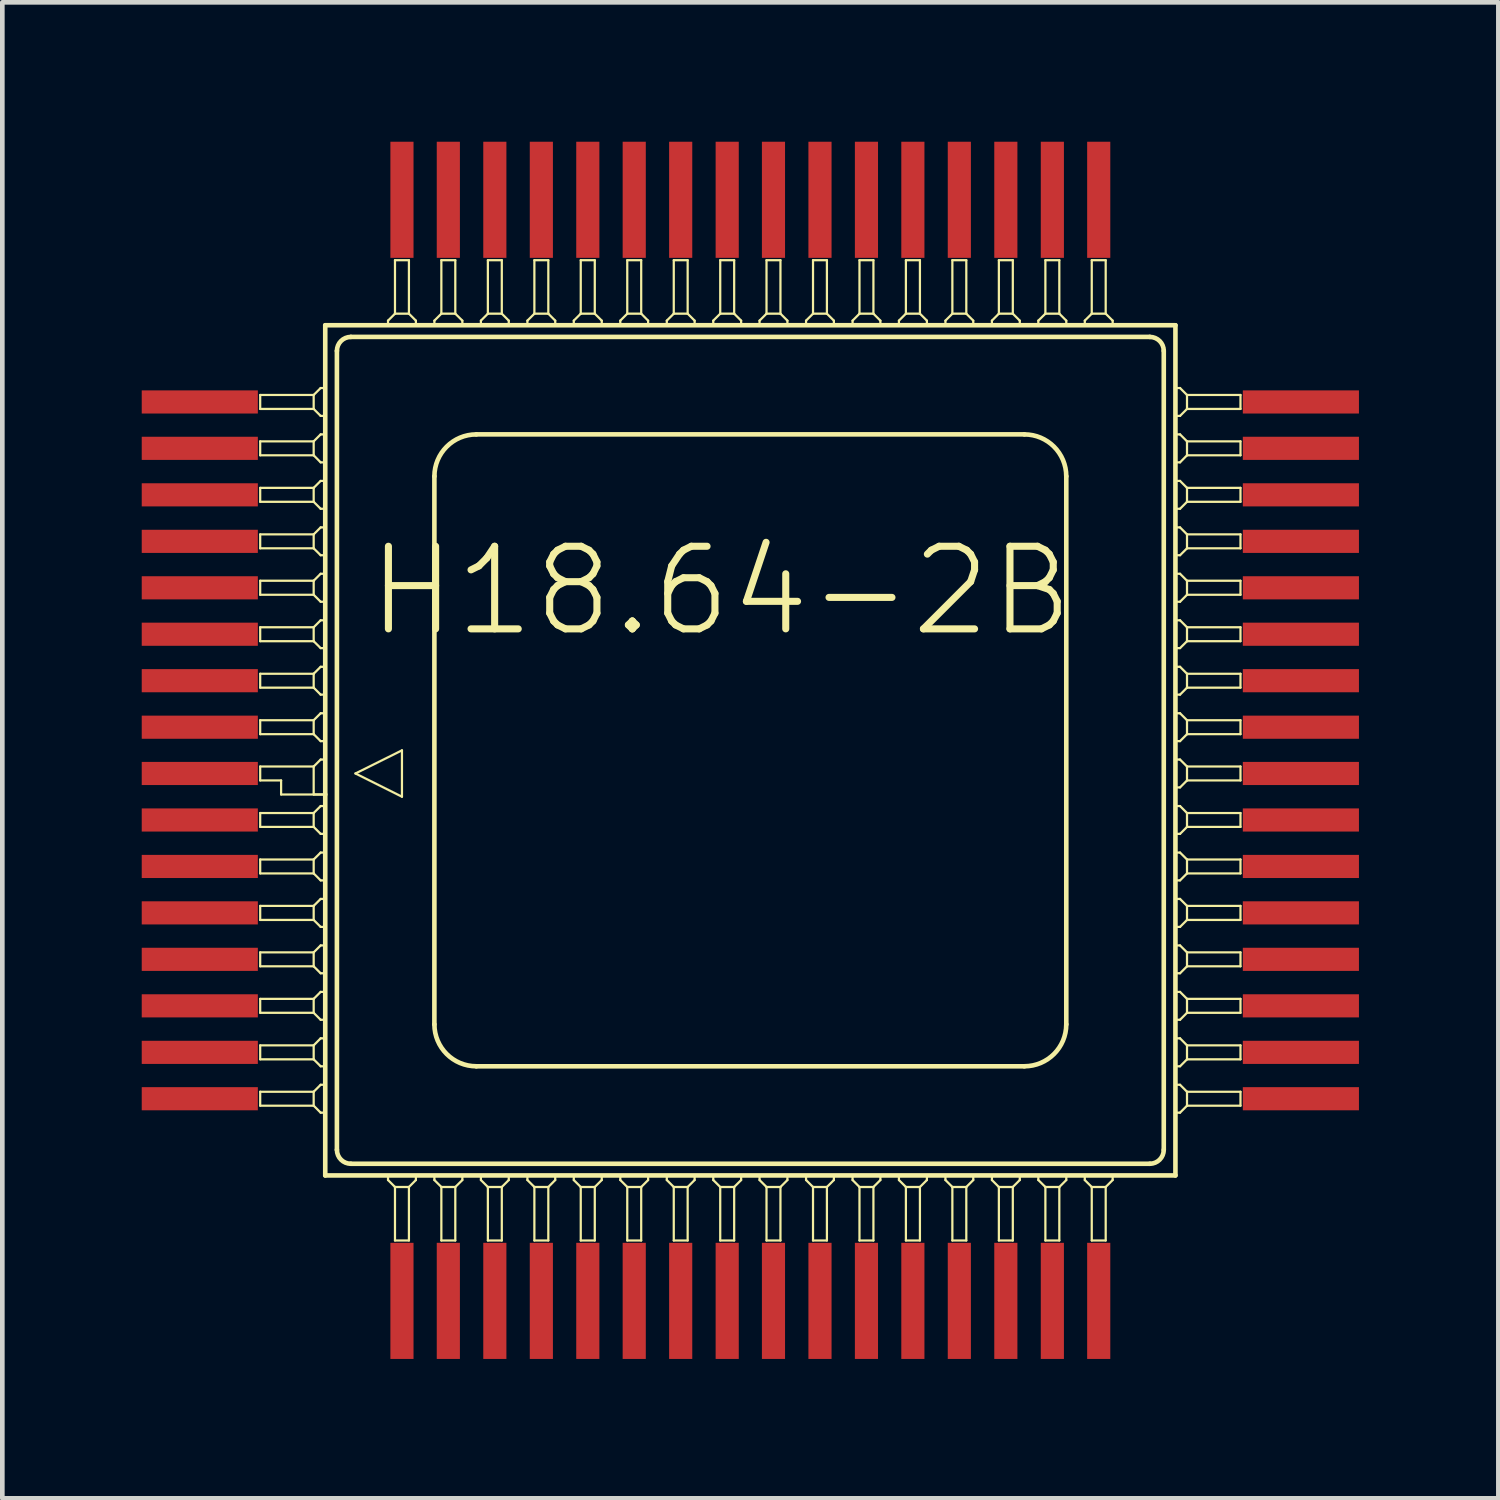
<source format=kicad_pcb>
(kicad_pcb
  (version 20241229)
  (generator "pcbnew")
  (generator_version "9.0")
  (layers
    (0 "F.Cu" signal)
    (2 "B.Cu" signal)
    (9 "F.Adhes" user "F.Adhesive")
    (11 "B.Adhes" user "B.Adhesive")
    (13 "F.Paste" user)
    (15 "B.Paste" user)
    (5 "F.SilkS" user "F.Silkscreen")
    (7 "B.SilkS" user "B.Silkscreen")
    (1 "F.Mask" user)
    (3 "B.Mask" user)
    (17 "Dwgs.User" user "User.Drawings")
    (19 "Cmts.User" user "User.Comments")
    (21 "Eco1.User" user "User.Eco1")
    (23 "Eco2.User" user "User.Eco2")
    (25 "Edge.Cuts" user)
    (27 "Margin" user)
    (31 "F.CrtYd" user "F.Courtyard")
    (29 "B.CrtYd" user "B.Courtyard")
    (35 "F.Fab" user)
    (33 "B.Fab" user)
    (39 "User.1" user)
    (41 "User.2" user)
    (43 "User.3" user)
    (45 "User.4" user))
  (footprint "H18.64-2B"
    (layer "F.Cu")
    (at 13.099 13.099)
    (property "Reference" "H18.64-2B" (at -0.635 -3.429 0) (layer "F.SilkS") (effects (font (size 1.778 1.778) (thickness 0.152))))
    (attr smd)
    (fp_line (start -10.549 -7.648) (end -10.549 -7.348) (stroke (width 0.048) (type solid)) (layer "F.SilkS"))
    (fp_line (start -10.549 -7.648) (end -9.398 -7.648) (stroke (width 0.048) (type solid)) (layer "F.SilkS"))
    (fp_line (start -10.549 -7.348) (end -9.398 -7.348) (stroke (width 0.048) (type solid)) (layer "F.SilkS"))
    (fp_line (start -10.549 -6.65) (end -10.549 -6.35) (stroke (width 0.048) (type solid)) (layer "F.SilkS"))
    (fp_line (start -10.549 -6.65) (end -9.398 -6.65) (stroke (width 0.048) (type solid)) (layer "F.SilkS"))
    (fp_line (start -10.549 -6.35) (end -9.398 -6.35) (stroke (width 0.048) (type solid)) (layer "F.SilkS"))
    (fp_line (start -10.549 -5.649) (end -10.549 -5.349) (stroke (width 0.048) (type solid)) (layer "F.SilkS"))
    (fp_line (start -10.549 -5.649) (end -9.398 -5.649) (stroke (width 0.048) (type solid)) (layer "F.SilkS"))
    (fp_line (start -10.549 -5.349) (end -9.398 -5.349) (stroke (width 0.048) (type solid)) (layer "F.SilkS"))
    (fp_line (start -10.549 -4.648) (end -10.549 -4.348) (stroke (width 0.048) (type solid)) (layer "F.SilkS"))
    (fp_line (start -10.549 -4.648) (end -9.398 -4.648) (stroke (width 0.048) (type solid)) (layer "F.SilkS"))
    (fp_line (start -10.549 -4.348) (end -9.398 -4.348) (stroke (width 0.048) (type solid)) (layer "F.SilkS"))
    (fp_line (start -10.549 -3.65) (end -10.549 -3.348) (stroke (width 0.048) (type solid)) (layer "F.SilkS"))
    (fp_line (start -10.549 -3.65) (end -9.398 -3.65) (stroke (width 0.048) (type solid)) (layer "F.SilkS"))
    (fp_line (start -10.549 -3.348) (end -9.398 -3.348) (stroke (width 0.048) (type solid)) (layer "F.SilkS"))
    (fp_line (start -10.549 -2.649) (end -10.549 -2.349) (stroke (width 0.048) (type solid)) (layer "F.SilkS"))
    (fp_line (start -10.549 -2.649) (end -9.398 -2.649) (stroke (width 0.048) (type solid)) (layer "F.SilkS"))
    (fp_line (start -10.549 -2.349) (end -9.398 -2.349) (stroke (width 0.048) (type solid)) (layer "F.SilkS"))
    (fp_line (start -10.549 -1.648) (end -10.549 -1.349) (stroke (width 0.048) (type solid)) (layer "F.SilkS"))
    (fp_line (start -10.549 -1.648) (end -9.398 -1.648) (stroke (width 0.048) (type solid)) (layer "F.SilkS"))
    (fp_line (start -10.549 -1.349) (end -9.398 -1.349) (stroke (width 0.048) (type solid)) (layer "F.SilkS"))
    (fp_line (start -10.549 -0.648) (end -10.549 -0.348) (stroke (width 0.048) (type solid)) (layer "F.SilkS"))
    (fp_line (start -10.549 -0.648) (end -9.398 -0.648) (stroke (width 0.048) (type solid)) (layer "F.SilkS"))
    (fp_line (start -10.549 -0.348) (end -9.398 -0.348) (stroke (width 0.048) (type solid)) (layer "F.SilkS"))
    (fp_line (start -10.549 0.348) (end -10.549 0.648) (stroke (width 0.048) (type solid)) (layer "F.SilkS"))
    (fp_line (start -10.549 0.348) (end -9.398 0.348) (stroke (width 0.048) (type solid)) (layer "F.SilkS"))
    (fp_line (start -10.549 0.648) (end -10.099 0.648) (stroke (width 0.048) (type solid)) (layer "F.SilkS"))
    (fp_line (start -10.549 1.349) (end -10.549 1.648) (stroke (width 0.048) (type solid)) (layer "F.SilkS"))
    (fp_line (start -10.549 1.349) (end -9.398 1.349) (stroke (width 0.048) (type solid)) (layer "F.SilkS"))
    (fp_line (start -10.549 1.648) (end -9.398 1.648) (stroke (width 0.048) (type solid)) (layer "F.SilkS"))
    (fp_line (start -10.549 2.349) (end -10.549 2.649) (stroke (width 0.048) (type solid)) (layer "F.SilkS"))
    (fp_line (start -10.549 2.349) (end -9.398 2.349) (stroke (width 0.048) (type solid)) (layer "F.SilkS"))
    (fp_line (start -10.549 2.649) (end -9.398 2.649) (stroke (width 0.048) (type solid)) (layer "F.SilkS"))
    (fp_line (start -10.549 3.348) (end -10.549 3.65) (stroke (width 0.048) (type solid)) (layer "F.SilkS"))
    (fp_line (start -10.549 3.348) (end -9.398 3.348) (stroke (width 0.048) (type solid)) (layer "F.SilkS"))
    (fp_line (start -10.549 3.65) (end -9.398 3.65) (stroke (width 0.048) (type solid)) (layer "F.SilkS"))
    (fp_line (start -10.549 4.348) (end -10.549 4.648) (stroke (width 0.048) (type solid)) (layer "F.SilkS"))
    (fp_line (start -10.549 4.348) (end -9.398 4.348) (stroke (width 0.048) (type solid)) (layer "F.SilkS"))
    (fp_line (start -10.549 4.648) (end -9.398 4.648) (stroke (width 0.048) (type solid)) (layer "F.SilkS"))
    (fp_line (start -10.549 5.349) (end -10.549 5.649) (stroke (width 0.048) (type solid)) (layer "F.SilkS"))
    (fp_line (start -10.549 5.349) (end -9.398 5.349) (stroke (width 0.048) (type solid)) (layer "F.SilkS"))
    (fp_line (start -10.549 5.649) (end -9.398 5.649) (stroke (width 0.048) (type solid)) (layer "F.SilkS"))
    (fp_line (start -10.549 6.35) (end -10.549 6.65) (stroke (width 0.048) (type solid)) (layer "F.SilkS"))
    (fp_line (start -10.549 6.35) (end -9.398 6.35) (stroke (width 0.048) (type solid)) (layer "F.SilkS"))
    (fp_line (start -10.549 6.65) (end -9.398 6.65) (stroke (width 0.048) (type solid)) (layer "F.SilkS"))
    (fp_line (start -10.549 7.348) (end -10.549 7.648) (stroke (width 0.048) (type solid)) (layer "F.SilkS"))
    (fp_line (start -10.549 7.348) (end -9.398 7.348) (stroke (width 0.048) (type solid)) (layer "F.SilkS"))
    (fp_line (start -10.549 7.648) (end -9.398 7.648) (stroke (width 0.048) (type solid)) (layer "F.SilkS"))
    (fp_line (start -10.099 0.648) (end -10.099 0.95) (stroke (width 0.048) (type solid)) (layer "F.SilkS"))
    (fp_line (start -10.099 0.95) (end -9.149 0.95) (stroke (width 0.048) (type solid)) (layer "F.SilkS"))
    (fp_line (start -9.398 -7.648) (end -9.398 -7.348) (stroke (width 0.048) (type solid)) (layer "F.SilkS"))
    (fp_line (start -9.398 -7.348) (end -9.248 -7.198) (stroke (width 0.048) (type solid)) (layer "F.SilkS"))
    (fp_line (start -9.398 -6.65) (end -9.398 -6.35) (stroke (width 0.048) (type solid)) (layer "F.SilkS"))
    (fp_line (start -9.398 -6.35) (end -9.248 -6.198) (stroke (width 0.048) (type solid)) (layer "F.SilkS"))
    (fp_line (start -9.398 -5.649) (end -9.398 -5.349) (stroke (width 0.048) (type solid)) (layer "F.SilkS"))
    (fp_line (start -9.398 -5.349) (end -9.248 -5.199) (stroke (width 0.048) (type solid)) (layer "F.SilkS"))
    (fp_line (start -9.398 -4.648) (end -9.398 -4.348) (stroke (width 0.048) (type solid)) (layer "F.SilkS"))
    (fp_line (start -9.398 -4.348) (end -9.248 -4.199) (stroke (width 0.048) (type solid)) (layer "F.SilkS"))
    (fp_line (start -9.398 -3.65) (end -9.398 -3.348) (stroke (width 0.048) (type solid)) (layer "F.SilkS"))
    (fp_line (start -9.398 -3.348) (end -9.248 -3.198) (stroke (width 0.048) (type solid)) (layer "F.SilkS"))
    (fp_line (start -9.398 -2.649) (end -9.398 -2.349) (stroke (width 0.048) (type solid)) (layer "F.SilkS"))
    (fp_line (start -9.398 -2.349) (end -9.248 -2.2) (stroke (width 0.048) (type solid)) (layer "F.SilkS"))
    (fp_line (start -9.398 -1.648) (end -9.398 -1.349) (stroke (width 0.048) (type solid)) (layer "F.SilkS"))
    (fp_line (start -9.398 -1.349) (end -9.248 -1.199) (stroke (width 0.048) (type solid)) (layer "F.SilkS"))
    (fp_line (start -9.398 -0.648) (end -9.398 -0.348) (stroke (width 0.048) (type solid)) (layer "F.SilkS"))
    (fp_line (start -9.398 -0.348) (end -9.248 -0.198) (stroke (width 0.048) (type solid)) (layer "F.SilkS"))
    (fp_line (start -9.398 0.348) (end -9.248 0.198) (stroke (width 0.048) (type solid)) (layer "F.SilkS"))
    (fp_line (start -9.398 0.95) (end -9.398 0.348) (stroke (width 0.048) (type solid)) (layer "F.SilkS"))
    (fp_line (start -9.398 1.349) (end -9.398 1.648) (stroke (width 0.048) (type solid)) (layer "F.SilkS"))
    (fp_line (start -9.398 1.648) (end -9.248 1.798) (stroke (width 0.048) (type solid)) (layer "F.SilkS"))
    (fp_line (start -9.398 2.349) (end -9.398 2.649) (stroke (width 0.048) (type solid)) (layer "F.SilkS"))
    (fp_line (start -9.398 2.649) (end -9.248 2.799) (stroke (width 0.048) (type solid)) (layer "F.SilkS"))
    (fp_line (start -9.398 3.348) (end -9.398 3.65) (stroke (width 0.048) (type solid)) (layer "F.SilkS"))
    (fp_line (start -9.398 3.65) (end -9.248 3.8) (stroke (width 0.048) (type solid)) (layer "F.SilkS"))
    (fp_line (start -9.398 4.348) (end -9.398 4.648) (stroke (width 0.048) (type solid)) (layer "F.SilkS"))
    (fp_line (start -9.398 4.648) (end -9.248 4.798) (stroke (width 0.048) (type solid)) (layer "F.SilkS"))
    (fp_line (start -9.398 5.349) (end -9.398 5.649) (stroke (width 0.048) (type solid)) (layer "F.SilkS"))
    (fp_line (start -9.398 5.649) (end -9.248 5.799) (stroke (width 0.048) (type solid)) (layer "F.SilkS"))
    (fp_line (start -9.398 6.35) (end -9.398 6.65) (stroke (width 0.048) (type solid)) (layer "F.SilkS"))
    (fp_line (start -9.398 6.65) (end -9.248 6.8) (stroke (width 0.048) (type solid)) (layer "F.SilkS"))
    (fp_line (start -9.398 7.348) (end -9.398 7.648) (stroke (width 0.048) (type solid)) (layer "F.SilkS"))
    (fp_line (start -9.398 7.648) (end -9.248 7.798) (stroke (width 0.048) (type solid)) (layer "F.SilkS"))
    (fp_line (start -9.248 -7.798) (end -9.398 -7.648) (stroke (width 0.048) (type solid)) (layer "F.SilkS"))
    (fp_line (start -9.248 -7.198) (end -9.149 -7.198) (stroke (width 0.048) (type solid)) (layer "F.SilkS"))
    (fp_line (start -9.248 -6.8) (end -9.398 -6.65) (stroke (width 0.048) (type solid)) (layer "F.SilkS"))
    (fp_line (start -9.248 -6.198) (end -9.149 -6.198) (stroke (width 0.048) (type solid)) (layer "F.SilkS"))
    (fp_line (start -9.248 -5.799) (end -9.398 -5.649) (stroke (width 0.048) (type solid)) (layer "F.SilkS"))
    (fp_line (start -9.248 -5.199) (end -9.149 -5.199) (stroke (width 0.048) (type solid)) (layer "F.SilkS"))
    (fp_line (start -9.248 -4.798) (end -9.398 -4.648) (stroke (width 0.048) (type solid)) (layer "F.SilkS"))
    (fp_line (start -9.248 -4.199) (end -9.149 -4.199) (stroke (width 0.048) (type solid)) (layer "F.SilkS"))
    (fp_line (start -9.248 -3.8) (end -9.398 -3.65) (stroke (width 0.048) (type solid)) (layer "F.SilkS"))
    (fp_line (start -9.248 -3.198) (end -9.149 -3.198) (stroke (width 0.048) (type solid)) (layer "F.SilkS"))
    (fp_line (start -9.248 -2.799) (end -9.398 -2.649) (stroke (width 0.048) (type solid)) (layer "F.SilkS"))
    (fp_line (start -9.248 -2.2) (end -9.149 -2.2) (stroke (width 0.048) (type solid)) (layer "F.SilkS"))
    (fp_line (start -9.248 -1.798) (end -9.398 -1.648) (stroke (width 0.048) (type solid)) (layer "F.SilkS"))
    (fp_line (start -9.248 -1.199) (end -9.149 -1.199) (stroke (width 0.048) (type solid)) (layer "F.SilkS"))
    (fp_line (start -9.248 -0.798) (end -9.398 -0.648) (stroke (width 0.048) (type solid)) (layer "F.SilkS"))
    (fp_line (start -9.248 -0.198) (end -9.149 -0.198) (stroke (width 0.048) (type solid)) (layer "F.SilkS"))
    (fp_line (start -9.248 0.198) (end -9.149 0.198) (stroke (width 0.048) (type solid)) (layer "F.SilkS"))
    (fp_line (start -9.248 1.199) (end -9.398 1.349) (stroke (width 0.048) (type solid)) (layer "F.SilkS"))
    (fp_line (start -9.248 1.798) (end -9.149 1.798) (stroke (width 0.048) (type solid)) (layer "F.SilkS"))
    (fp_line (start -9.248 2.2) (end -9.398 2.349) (stroke (width 0.048) (type solid)) (layer "F.SilkS"))
    (fp_line (start -9.248 2.799) (end -9.149 2.799) (stroke (width 0.048) (type solid)) (layer "F.SilkS"))
    (fp_line (start -9.248 3.198) (end -9.398 3.348) (stroke (width 0.048) (type solid)) (layer "F.SilkS"))
    (fp_line (start -9.248 3.8) (end -9.149 3.8) (stroke (width 0.048) (type solid)) (layer "F.SilkS"))
    (fp_line (start -9.248 4.199) (end -9.398 4.348) (stroke (width 0.048) (type solid)) (layer "F.SilkS"))
    (fp_line (start -9.248 4.798) (end -9.149 4.798) (stroke (width 0.048) (type solid)) (layer "F.SilkS"))
    (fp_line (start -9.248 5.199) (end -9.398 5.349) (stroke (width 0.048) (type solid)) (layer "F.SilkS"))
    (fp_line (start -9.248 5.799) (end -9.149 5.799) (stroke (width 0.048) (type solid)) (layer "F.SilkS"))
    (fp_line (start -9.248 6.198) (end -9.398 6.35) (stroke (width 0.048) (type solid)) (layer "F.SilkS"))
    (fp_line (start -9.248 6.8) (end -9.149 6.8) (stroke (width 0.048) (type solid)) (layer "F.SilkS"))
    (fp_line (start -9.248 7.198) (end -9.398 7.348) (stroke (width 0.048) (type solid)) (layer "F.SilkS"))
    (fp_line (start -9.248 7.798) (end -9.149 7.798) (stroke (width 0.048) (type solid)) (layer "F.SilkS"))
    (fp_line (start -9.149 -9.149) (end -9.149 0.95) (stroke (width 0.099) (type solid)) (layer "F.SilkS"))
    (fp_line (start -9.149 -7.798) (end -9.248 -7.798) (stroke (width 0.048) (type solid)) (layer "F.SilkS"))
    (fp_line (start -9.149 -7.198) (end -9.149 -7.798) (stroke (width 0.048) (type solid)) (layer "F.SilkS"))
    (fp_line (start -9.149 -6.8) (end -9.248 -6.8) (stroke (width 0.048) (type solid)) (layer "F.SilkS"))
    (fp_line (start -9.149 -6.198) (end -9.149 -6.8) (stroke (width 0.048) (type solid)) (layer "F.SilkS"))
    (fp_line (start -9.149 -5.799) (end -9.248 -5.799) (stroke (width 0.048) (type solid)) (layer "F.SilkS"))
    (fp_line (start -9.149 -5.199) (end -9.149 -5.799) (stroke (width 0.048) (type solid)) (layer "F.SilkS"))
    (fp_line (start -9.149 -4.798) (end -9.248 -4.798) (stroke (width 0.048) (type solid)) (layer "F.SilkS"))
    (fp_line (start -9.149 -4.199) (end -9.149 -4.798) (stroke (width 0.048) (type solid)) (layer "F.SilkS"))
    (fp_line (start -9.149 -3.8) (end -9.248 -3.8) (stroke (width 0.048) (type solid)) (layer "F.SilkS"))
    (fp_line (start -9.149 -3.198) (end -9.149 -3.8) (stroke (width 0.048) (type solid)) (layer "F.SilkS"))
    (fp_line (start -9.149 -2.799) (end -9.248 -2.799) (stroke (width 0.048) (type solid)) (layer "F.SilkS"))
    (fp_line (start -9.149 -2.2) (end -9.149 -2.799) (stroke (width 0.048) (type solid)) (layer "F.SilkS"))
    (fp_line (start -9.149 -1.798) (end -9.248 -1.798) (stroke (width 0.048) (type solid)) (layer "F.SilkS"))
    (fp_line (start -9.149 -1.199) (end -9.149 -1.798) (stroke (width 0.048) (type solid)) (layer "F.SilkS"))
    (fp_line (start -9.149 -0.798) (end -9.248 -0.798) (stroke (width 0.048) (type solid)) (layer "F.SilkS"))
    (fp_line (start -9.149 -0.198) (end -9.149 -0.798) (stroke (width 0.048) (type solid)) (layer "F.SilkS"))
    (fp_line (start -9.149 0.198) (end -9.149 0.95) (stroke (width 0.048) (type solid)) (layer "F.SilkS"))
    (fp_line (start -9.149 0.95) (end -9.398 0.95) (stroke (width 0.048) (type solid)) (layer "F.SilkS"))
    (fp_line (start -9.149 0.95) (end -9.149 9.149) (stroke (width 0.099) (type solid)) (layer "F.SilkS"))
    (fp_line (start -9.149 1.199) (end -9.248 1.199) (stroke (width 0.048) (type solid)) (layer "F.SilkS"))
    (fp_line (start -9.149 1.798) (end -9.149 1.199) (stroke (width 0.048) (type solid)) (layer "F.SilkS"))
    (fp_line (start -9.149 2.2) (end -9.248 2.2) (stroke (width 0.048) (type solid)) (layer "F.SilkS"))
    (fp_line (start -9.149 2.799) (end -9.149 2.2) (stroke (width 0.048) (type solid)) (layer "F.SilkS"))
    (fp_line (start -9.149 3.198) (end -9.248 3.198) (stroke (width 0.048) (type solid)) (layer "F.SilkS"))
    (fp_line (start -9.149 3.8) (end -9.149 3.198) (stroke (width 0.048) (type solid)) (layer "F.SilkS"))
    (fp_line (start -9.149 4.199) (end -9.248 4.199) (stroke (width 0.048) (type solid)) (layer "F.SilkS"))
    (fp_line (start -9.149 4.798) (end -9.149 4.199) (stroke (width 0.048) (type solid)) (layer "F.SilkS"))
    (fp_line (start -9.149 5.199) (end -9.248 5.199) (stroke (width 0.048) (type solid)) (layer "F.SilkS"))
    (fp_line (start -9.149 5.799) (end -9.149 5.199) (stroke (width 0.048) (type solid)) (layer "F.SilkS"))
    (fp_line (start -9.149 6.198) (end -9.248 6.198) (stroke (width 0.048) (type solid)) (layer "F.SilkS"))
    (fp_line (start -9.149 6.8) (end -9.149 6.198) (stroke (width 0.048) (type solid)) (layer "F.SilkS"))
    (fp_line (start -9.149 7.198) (end -9.248 7.198) (stroke (width 0.048) (type solid)) (layer "F.SilkS"))
    (fp_line (start -9.149 7.798) (end -9.149 7.198) (stroke (width 0.048) (type solid)) (layer "F.SilkS"))
    (fp_line (start -9.149 9.149) (end 9.149 9.149) (stroke (width 0.099) (type solid)) (layer "F.SilkS"))
    (fp_line (start -8.898 8.598) (end -8.898 -8.598) (stroke (width 0.099) (type solid)) (layer "F.SilkS"))
    (fp_line (start -8.598 8.898) (end 8.598 8.898) (stroke (width 0.099) (type solid)) (layer "F.SilkS"))
    (fp_line (start -8.499 0.498) (end -7.498 0) (stroke (width 0.048) (type solid)) (layer "F.SilkS"))
    (fp_line (start -7.798 -9.248) (end -7.798 -9.149) (stroke (width 0.048) (type solid)) (layer "F.SilkS"))
    (fp_line (start -7.798 -9.149) (end -7.198 -9.149) (stroke (width 0.048) (type solid)) (layer "F.SilkS"))
    (fp_line (start -7.798 9.149) (end -7.798 9.248) (stroke (width 0.048) (type solid)) (layer "F.SilkS"))
    (fp_line (start -7.798 9.248) (end -7.648 9.398) (stroke (width 0.048) (type solid)) (layer "F.SilkS"))
    (fp_line (start -7.648 -10.549) (end -7.648 -9.398) (stroke (width 0.048) (type solid)) (layer "F.SilkS"))
    (fp_line (start -7.648 -9.398) (end -7.798 -9.248) (stroke (width 0.048) (type solid)) (layer "F.SilkS"))
    (fp_line (start -7.648 9.398) (end -7.348 9.398) (stroke (width 0.048) (type solid)) (layer "F.SilkS"))
    (fp_line (start -7.648 10.549) (end -7.648 9.398) (stroke (width 0.048) (type solid)) (layer "F.SilkS"))
    (fp_line (start -7.648 10.549) (end -7.348 10.549) (stroke (width 0.048) (type solid)) (layer "F.SilkS"))
    (fp_line (start -7.498 0) (end -7.498 0.998) (stroke (width 0.048) (type solid)) (layer "F.SilkS"))
    (fp_line (start -7.498 0.998) (end -8.499 0.498) (stroke (width 0.048) (type solid)) (layer "F.SilkS"))
    (fp_line (start -7.348 -10.549) (end -7.648 -10.549) (stroke (width 0.048) (type solid)) (layer "F.SilkS"))
    (fp_line (start -7.348 -10.549) (end -7.348 -9.398) (stroke (width 0.048) (type solid)) (layer "F.SilkS"))
    (fp_line (start -7.348 -9.398) (end -7.648 -9.398) (stroke (width 0.048) (type solid)) (layer "F.SilkS"))
    (fp_line (start -7.348 9.398) (end -7.198 9.248) (stroke (width 0.048) (type solid)) (layer "F.SilkS"))
    (fp_line (start -7.348 10.549) (end -7.348 9.398) (stroke (width 0.048) (type solid)) (layer "F.SilkS"))
    (fp_line (start -7.198 -9.248) (end -7.348 -9.398) (stroke (width 0.048) (type solid)) (layer "F.SilkS"))
    (fp_line (start -7.198 -9.149) (end -7.198 -9.248) (stroke (width 0.048) (type solid)) (layer "F.SilkS"))
    (fp_line (start -7.198 9.149) (end -7.798 9.149) (stroke (width 0.048) (type solid)) (layer "F.SilkS"))
    (fp_line (start -7.198 9.248) (end -7.198 9.149) (stroke (width 0.048) (type solid)) (layer "F.SilkS"))
    (fp_line (start -6.8 -9.248) (end -6.8 -9.149) (stroke (width 0.048) (type solid)) (layer "F.SilkS"))
    (fp_line (start -6.8 -9.149) (end -6.198 -9.149) (stroke (width 0.048) (type solid)) (layer "F.SilkS"))
    (fp_line (start -6.8 -5.898) (end -6.8 5.898) (stroke (width 0.099) (type solid)) (layer "F.SilkS"))
    (fp_line (start -6.8 9.149) (end -6.8 9.248) (stroke (width 0.048) (type solid)) (layer "F.SilkS"))
    (fp_line (start -6.8 9.248) (end -6.65 9.398) (stroke (width 0.048) (type solid)) (layer "F.SilkS"))
    (fp_line (start -6.65 -10.549) (end -6.65 -9.398) (stroke (width 0.048) (type solid)) (layer "F.SilkS"))
    (fp_line (start -6.65 -9.398) (end -6.8 -9.248) (stroke (width 0.048) (type solid)) (layer "F.SilkS"))
    (fp_line (start -6.65 9.398) (end -6.35 9.398) (stroke (width 0.048) (type solid)) (layer "F.SilkS"))
    (fp_line (start -6.65 10.549) (end -6.65 9.398) (stroke (width 0.048) (type solid)) (layer "F.SilkS"))
    (fp_line (start -6.65 10.549) (end -6.35 10.549) (stroke (width 0.048) (type solid)) (layer "F.SilkS"))
    (fp_line (start -6.35 -10.549) (end -6.65 -10.549) (stroke (width 0.048) (type solid)) (layer "F.SilkS"))
    (fp_line (start -6.35 -10.549) (end -6.35 -9.398) (stroke (width 0.048) (type solid)) (layer "F.SilkS"))
    (fp_line (start -6.35 -9.398) (end -6.65 -9.398) (stroke (width 0.048) (type solid)) (layer "F.SilkS"))
    (fp_line (start -6.35 9.398) (end -6.198 9.248) (stroke (width 0.048) (type solid)) (layer "F.SilkS"))
    (fp_line (start -6.35 10.549) (end -6.35 9.398) (stroke (width 0.048) (type solid)) (layer "F.SilkS"))
    (fp_line (start -6.198 -9.248) (end -6.35 -9.398) (stroke (width 0.048) (type solid)) (layer "F.SilkS"))
    (fp_line (start -6.198 -9.149) (end -6.198 -9.248) (stroke (width 0.048) (type solid)) (layer "F.SilkS"))
    (fp_line (start -6.198 9.149) (end -6.8 9.149) (stroke (width 0.048) (type solid)) (layer "F.SilkS"))
    (fp_line (start -6.198 9.248) (end -6.198 9.149) (stroke (width 0.048) (type solid)) (layer "F.SilkS"))
    (fp_line (start -5.799 -9.248) (end -5.799 -9.149) (stroke (width 0.048) (type solid)) (layer "F.SilkS"))
    (fp_line (start -5.799 -9.149) (end -5.199 -9.149) (stroke (width 0.048) (type solid)) (layer "F.SilkS"))
    (fp_line (start -5.799 9.149) (end -5.799 9.248) (stroke (width 0.048) (type solid)) (layer "F.SilkS"))
    (fp_line (start -5.799 9.248) (end -5.649 9.398) (stroke (width 0.048) (type solid)) (layer "F.SilkS"))
    (fp_line (start -5.649 -10.549) (end -5.649 -9.398) (stroke (width 0.048) (type solid)) (layer "F.SilkS"))
    (fp_line (start -5.649 -9.398) (end -5.799 -9.248) (stroke (width 0.048) (type solid)) (layer "F.SilkS"))
    (fp_line (start -5.649 9.398) (end -5.349 9.398) (stroke (width 0.048) (type solid)) (layer "F.SilkS"))
    (fp_line (start -5.649 10.549) (end -5.649 9.398) (stroke (width 0.048) (type solid)) (layer "F.SilkS"))
    (fp_line (start -5.649 10.549) (end -5.349 10.549) (stroke (width 0.048) (type solid)) (layer "F.SilkS"))
    (fp_line (start -5.349 -10.549) (end -5.649 -10.549) (stroke (width 0.048) (type solid)) (layer "F.SilkS"))
    (fp_line (start -5.349 -10.549) (end -5.349 -9.398) (stroke (width 0.048) (type solid)) (layer "F.SilkS"))
    (fp_line (start -5.349 -9.398) (end -5.649 -9.398) (stroke (width 0.048) (type solid)) (layer "F.SilkS"))
    (fp_line (start -5.349 9.398) (end -5.199 9.248) (stroke (width 0.048) (type solid)) (layer "F.SilkS"))
    (fp_line (start -5.349 10.549) (end -5.349 9.398) (stroke (width 0.048) (type solid)) (layer "F.SilkS"))
    (fp_line (start -5.199 -9.248) (end -5.349 -9.398) (stroke (width 0.048) (type solid)) (layer "F.SilkS"))
    (fp_line (start -5.199 -9.149) (end -5.199 -9.248) (stroke (width 0.048) (type solid)) (layer "F.SilkS"))
    (fp_line (start -5.199 9.149) (end -5.799 9.149) (stroke (width 0.048) (type solid)) (layer "F.SilkS"))
    (fp_line (start -5.199 9.248) (end -5.199 9.149) (stroke (width 0.048) (type solid)) (layer "F.SilkS"))
    (fp_line (start -4.798 -9.248) (end -4.798 -9.149) (stroke (width 0.048) (type solid)) (layer "F.SilkS"))
    (fp_line (start -4.798 -9.149) (end -4.199 -9.149) (stroke (width 0.048) (type solid)) (layer "F.SilkS"))
    (fp_line (start -4.798 9.149) (end -4.798 9.248) (stroke (width 0.048) (type solid)) (layer "F.SilkS"))
    (fp_line (start -4.798 9.248) (end -4.648 9.398) (stroke (width 0.048) (type solid)) (layer "F.SilkS"))
    (fp_line (start -4.648 -10.549) (end -4.648 -9.398) (stroke (width 0.048) (type solid)) (layer "F.SilkS"))
    (fp_line (start -4.648 -9.398) (end -4.798 -9.248) (stroke (width 0.048) (type solid)) (layer "F.SilkS"))
    (fp_line (start -4.648 9.398) (end -4.348 9.398) (stroke (width 0.048) (type solid)) (layer "F.SilkS"))
    (fp_line (start -4.648 10.549) (end -4.648 9.398) (stroke (width 0.048) (type solid)) (layer "F.SilkS"))
    (fp_line (start -4.648 10.549) (end -4.348 10.549) (stroke (width 0.048) (type solid)) (layer "F.SilkS"))
    (fp_line (start -4.348 -10.549) (end -4.648 -10.549) (stroke (width 0.048) (type solid)) (layer "F.SilkS"))
    (fp_line (start -4.348 -10.549) (end -4.348 -9.398) (stroke (width 0.048) (type solid)) (layer "F.SilkS"))
    (fp_line (start -4.348 -9.398) (end -4.648 -9.398) (stroke (width 0.048) (type solid)) (layer "F.SilkS"))
    (fp_line (start -4.348 9.398) (end -4.199 9.248) (stroke (width 0.048) (type solid)) (layer "F.SilkS"))
    (fp_line (start -4.348 10.549) (end -4.348 9.398) (stroke (width 0.048) (type solid)) (layer "F.SilkS"))
    (fp_line (start -4.199 -9.248) (end -4.348 -9.398) (stroke (width 0.048) (type solid)) (layer "F.SilkS"))
    (fp_line (start -4.199 -9.149) (end -4.199 -9.248) (stroke (width 0.048) (type solid)) (layer "F.SilkS"))
    (fp_line (start -4.199 9.149) (end -4.798 9.149) (stroke (width 0.048) (type solid)) (layer "F.SilkS"))
    (fp_line (start -4.199 9.248) (end -4.199 9.149) (stroke (width 0.048) (type solid)) (layer "F.SilkS"))
    (fp_line (start -3.8 -9.248) (end -3.8 -9.149) (stroke (width 0.048) (type solid)) (layer "F.SilkS"))
    (fp_line (start -3.8 -9.149) (end -3.198 -9.149) (stroke (width 0.048) (type solid)) (layer "F.SilkS"))
    (fp_line (start -3.8 9.149) (end -3.8 9.248) (stroke (width 0.048) (type solid)) (layer "F.SilkS"))
    (fp_line (start -3.8 9.248) (end -3.65 9.398) (stroke (width 0.048) (type solid)) (layer "F.SilkS"))
    (fp_line (start -3.65 -10.549) (end -3.65 -9.398) (stroke (width 0.048) (type solid)) (layer "F.SilkS"))
    (fp_line (start -3.65 -9.398) (end -3.8 -9.248) (stroke (width 0.048) (type solid)) (layer "F.SilkS"))
    (fp_line (start -3.65 9.398) (end -3.348 9.398) (stroke (width 0.048) (type solid)) (layer "F.SilkS"))
    (fp_line (start -3.65 10.549) (end -3.65 9.398) (stroke (width 0.048) (type solid)) (layer "F.SilkS"))
    (fp_line (start -3.65 10.549) (end -3.348 10.549) (stroke (width 0.048) (type solid)) (layer "F.SilkS"))
    (fp_line (start -3.348 -10.549) (end -3.65 -10.549) (stroke (width 0.048) (type solid)) (layer "F.SilkS"))
    (fp_line (start -3.348 -10.549) (end -3.348 -9.398) (stroke (width 0.048) (type solid)) (layer "F.SilkS"))
    (fp_line (start -3.348 -9.398) (end -3.65 -9.398) (stroke (width 0.048) (type solid)) (layer "F.SilkS"))
    (fp_line (start -3.348 9.398) (end -3.198 9.248) (stroke (width 0.048) (type solid)) (layer "F.SilkS"))
    (fp_line (start -3.348 10.549) (end -3.348 9.398) (stroke (width 0.048) (type solid)) (layer "F.SilkS"))
    (fp_line (start -3.198 -9.248) (end -3.348 -9.398) (stroke (width 0.048) (type solid)) (layer "F.SilkS"))
    (fp_line (start -3.198 -9.149) (end -3.198 -9.248) (stroke (width 0.048) (type solid)) (layer "F.SilkS"))
    (fp_line (start -3.198 9.149) (end -3.8 9.149) (stroke (width 0.048) (type solid)) (layer "F.SilkS"))
    (fp_line (start -3.198 9.248) (end -3.198 9.149) (stroke (width 0.048) (type solid)) (layer "F.SilkS"))
    (fp_line (start -2.799 -9.248) (end -2.799 -9.149) (stroke (width 0.048) (type solid)) (layer "F.SilkS"))
    (fp_line (start -2.799 -9.149) (end -2.2 -9.149) (stroke (width 0.048) (type solid)) (layer "F.SilkS"))
    (fp_line (start -2.799 9.149) (end -2.799 9.248) (stroke (width 0.048) (type solid)) (layer "F.SilkS"))
    (fp_line (start -2.799 9.248) (end -2.649 9.398) (stroke (width 0.048) (type solid)) (layer "F.SilkS"))
    (fp_line (start -2.649 -10.549) (end -2.649 -9.398) (stroke (width 0.048) (type solid)) (layer "F.SilkS"))
    (fp_line (start -2.649 -9.398) (end -2.799 -9.248) (stroke (width 0.048) (type solid)) (layer "F.SilkS"))
    (fp_line (start -2.649 9.398) (end -2.349 9.398) (stroke (width 0.048) (type solid)) (layer "F.SilkS"))
    (fp_line (start -2.649 10.549) (end -2.649 9.398) (stroke (width 0.048) (type solid)) (layer "F.SilkS"))
    (fp_line (start -2.649 10.549) (end -2.349 10.549) (stroke (width 0.048) (type solid)) (layer "F.SilkS"))
    (fp_line (start -2.349 -10.549) (end -2.649 -10.549) (stroke (width 0.048) (type solid)) (layer "F.SilkS"))
    (fp_line (start -2.349 -10.549) (end -2.349 -9.398) (stroke (width 0.048) (type solid)) (layer "F.SilkS"))
    (fp_line (start -2.349 -9.398) (end -2.649 -9.398) (stroke (width 0.048) (type solid)) (layer "F.SilkS"))
    (fp_line (start -2.349 9.398) (end -2.2 9.248) (stroke (width 0.048) (type solid)) (layer "F.SilkS"))
    (fp_line (start -2.349 10.549) (end -2.349 9.398) (stroke (width 0.048) (type solid)) (layer "F.SilkS"))
    (fp_line (start -2.2 -9.248) (end -2.349 -9.398) (stroke (width 0.048) (type solid)) (layer "F.SilkS"))
    (fp_line (start -2.2 -9.149) (end -2.2 -9.248) (stroke (width 0.048) (type solid)) (layer "F.SilkS"))
    (fp_line (start -2.2 9.149) (end -2.799 9.149) (stroke (width 0.048) (type solid)) (layer "F.SilkS"))
    (fp_line (start -2.2 9.248) (end -2.2 9.149) (stroke (width 0.048) (type solid)) (layer "F.SilkS"))
    (fp_line (start -1.798 -9.248) (end -1.798 -9.149) (stroke (width 0.048) (type solid)) (layer "F.SilkS"))
    (fp_line (start -1.798 -9.149) (end -1.199 -9.149) (stroke (width 0.048) (type solid)) (layer "F.SilkS"))
    (fp_line (start -1.798 9.149) (end -1.798 9.248) (stroke (width 0.048) (type solid)) (layer "F.SilkS"))
    (fp_line (start -1.798 9.248) (end -1.648 9.398) (stroke (width 0.048) (type solid)) (layer "F.SilkS"))
    (fp_line (start -1.648 -10.549) (end -1.648 -9.398) (stroke (width 0.048) (type solid)) (layer "F.SilkS"))
    (fp_line (start -1.648 -9.398) (end -1.798 -9.248) (stroke (width 0.048) (type solid)) (layer "F.SilkS"))
    (fp_line (start -1.648 9.398) (end -1.349 9.398) (stroke (width 0.048) (type solid)) (layer "F.SilkS"))
    (fp_line (start -1.648 10.549) (end -1.648 9.398) (stroke (width 0.048) (type solid)) (layer "F.SilkS"))
    (fp_line (start -1.648 10.549) (end -1.349 10.549) (stroke (width 0.048) (type solid)) (layer "F.SilkS"))
    (fp_line (start -1.349 -10.549) (end -1.648 -10.549) (stroke (width 0.048) (type solid)) (layer "F.SilkS"))
    (fp_line (start -1.349 -10.549) (end -1.349 -9.398) (stroke (width 0.048) (type solid)) (layer "F.SilkS"))
    (fp_line (start -1.349 -9.398) (end -1.648 -9.398) (stroke (width 0.048) (type solid)) (layer "F.SilkS"))
    (fp_line (start -1.349 9.398) (end -1.199 9.248) (stroke (width 0.048) (type solid)) (layer "F.SilkS"))
    (fp_line (start -1.349 10.549) (end -1.349 9.398) (stroke (width 0.048) (type solid)) (layer "F.SilkS"))
    (fp_line (start -1.199 -9.248) (end -1.349 -9.398) (stroke (width 0.048) (type solid)) (layer "F.SilkS"))
    (fp_line (start -1.199 -9.149) (end -1.199 -9.248) (stroke (width 0.048) (type solid)) (layer "F.SilkS"))
    (fp_line (start -1.199 9.149) (end -1.798 9.149) (stroke (width 0.048) (type solid)) (layer "F.SilkS"))
    (fp_line (start -1.199 9.248) (end -1.199 9.149) (stroke (width 0.048) (type solid)) (layer "F.SilkS"))
    (fp_line (start -0.798 -9.248) (end -0.798 -9.149) (stroke (width 0.048) (type solid)) (layer "F.SilkS"))
    (fp_line (start -0.798 -9.149) (end -0.198 -9.149) (stroke (width 0.048) (type solid)) (layer "F.SilkS"))
    (fp_line (start -0.798 9.149) (end -0.798 9.248) (stroke (width 0.048) (type solid)) (layer "F.SilkS"))
    (fp_line (start -0.798 9.248) (end -0.648 9.398) (stroke (width 0.048) (type solid)) (layer "F.SilkS"))
    (fp_line (start -0.648 -10.549) (end -0.648 -9.398) (stroke (width 0.048) (type solid)) (layer "F.SilkS"))
    (fp_line (start -0.648 -9.398) (end -0.798 -9.248) (stroke (width 0.048) (type solid)) (layer "F.SilkS"))
    (fp_line (start -0.648 9.398) (end -0.348 9.398) (stroke (width 0.048) (type solid)) (layer "F.SilkS"))
    (fp_line (start -0.648 10.549) (end -0.648 9.398) (stroke (width 0.048) (type solid)) (layer "F.SilkS"))
    (fp_line (start -0.648 10.549) (end -0.348 10.549) (stroke (width 0.048) (type solid)) (layer "F.SilkS"))
    (fp_line (start -0.348 -10.549) (end -0.648 -10.549) (stroke (width 0.048) (type solid)) (layer "F.SilkS"))
    (fp_line (start -0.348 -10.549) (end -0.348 -9.398) (stroke (width 0.048) (type solid)) (layer "F.SilkS"))
    (fp_line (start -0.348 -9.398) (end -0.648 -9.398) (stroke (width 0.048) (type solid)) (layer "F.SilkS"))
    (fp_line (start -0.348 9.398) (end -0.198 9.248) (stroke (width 0.048) (type solid)) (layer "F.SilkS"))
    (fp_line (start -0.348 10.549) (end -0.348 9.398) (stroke (width 0.048) (type solid)) (layer "F.SilkS"))
    (fp_line (start -0.198 -9.248) (end -0.348 -9.398) (stroke (width 0.048) (type solid)) (layer "F.SilkS"))
    (fp_line (start -0.198 -9.149) (end -0.198 -9.248) (stroke (width 0.048) (type solid)) (layer "F.SilkS"))
    (fp_line (start -0.198 9.149) (end -0.798 9.149) (stroke (width 0.048) (type solid)) (layer "F.SilkS"))
    (fp_line (start -0.198 9.248) (end -0.198 9.149) (stroke (width 0.048) (type solid)) (layer "F.SilkS"))
    (fp_line (start 0.198 -9.248) (end 0.198 -9.149) (stroke (width 0.048) (type solid)) (layer "F.SilkS"))
    (fp_line (start 0.198 -9.149) (end 0.798 -9.149) (stroke (width 0.048) (type solid)) (layer "F.SilkS"))
    (fp_line (start 0.198 9.149) (end 0.198 9.248) (stroke (width 0.048) (type solid)) (layer "F.SilkS"))
    (fp_line (start 0.198 9.248) (end 0.348 9.398) (stroke (width 0.048) (type solid)) (layer "F.SilkS"))
    (fp_line (start 0.348 -10.549) (end 0.348 -9.398) (stroke (width 0.048) (type solid)) (layer "F.SilkS"))
    (fp_line (start 0.348 -9.398) (end 0.198 -9.248) (stroke (width 0.048) (type solid)) (layer "F.SilkS"))
    (fp_line (start 0.348 9.398) (end 0.648 9.398) (stroke (width 0.048) (type solid)) (layer "F.SilkS"))
    (fp_line (start 0.348 10.549) (end 0.348 9.398) (stroke (width 0.048) (type solid)) (layer "F.SilkS"))
    (fp_line (start 0.348 10.549) (end 0.648 10.549) (stroke (width 0.048) (type solid)) (layer "F.SilkS"))
    (fp_line (start 0.648 -10.549) (end 0.348 -10.549) (stroke (width 0.048) (type solid)) (layer "F.SilkS"))
    (fp_line (start 0.648 -10.549) (end 0.648 -9.398) (stroke (width 0.048) (type solid)) (layer "F.SilkS"))
    (fp_line (start 0.648 -9.398) (end 0.348 -9.398) (stroke (width 0.048) (type solid)) (layer "F.SilkS"))
    (fp_line (start 0.648 9.398) (end 0.798 9.248) (stroke (width 0.048) (type solid)) (layer "F.SilkS"))
    (fp_line (start 0.648 10.549) (end 0.648 9.398) (stroke (width 0.048) (type solid)) (layer "F.SilkS"))
    (fp_line (start 0.798 -9.248) (end 0.648 -9.398) (stroke (width 0.048) (type solid)) (layer "F.SilkS"))
    (fp_line (start 0.798 -9.149) (end 0.798 -9.248) (stroke (width 0.048) (type solid)) (layer "F.SilkS"))
    (fp_line (start 0.798 9.149) (end 0.198 9.149) (stroke (width 0.048) (type solid)) (layer "F.SilkS"))
    (fp_line (start 0.798 9.248) (end 0.798 9.149) (stroke (width 0.048) (type solid)) (layer "F.SilkS"))
    (fp_line (start 1.199 -9.248) (end 1.199 -9.149) (stroke (width 0.048) (type solid)) (layer "F.SilkS"))
    (fp_line (start 1.199 -9.149) (end 1.798 -9.149) (stroke (width 0.048) (type solid)) (layer "F.SilkS"))
    (fp_line (start 1.199 9.149) (end 1.199 9.248) (stroke (width 0.048) (type solid)) (layer "F.SilkS"))
    (fp_line (start 1.199 9.248) (end 1.349 9.398) (stroke (width 0.048) (type solid)) (layer "F.SilkS"))
    (fp_line (start 1.349 -10.549) (end 1.349 -9.398) (stroke (width 0.048) (type solid)) (layer "F.SilkS"))
    (fp_line (start 1.349 -9.398) (end 1.199 -9.248) (stroke (width 0.048) (type solid)) (layer "F.SilkS"))
    (fp_line (start 1.349 9.398) (end 1.648 9.398) (stroke (width 0.048) (type solid)) (layer "F.SilkS"))
    (fp_line (start 1.349 10.549) (end 1.349 9.398) (stroke (width 0.048) (type solid)) (layer "F.SilkS"))
    (fp_line (start 1.349 10.549) (end 1.648 10.549) (stroke (width 0.048) (type solid)) (layer "F.SilkS"))
    (fp_line (start 1.648 -10.549) (end 1.349 -10.549) (stroke (width 0.048) (type solid)) (layer "F.SilkS"))
    (fp_line (start 1.648 -10.549) (end 1.648 -9.398) (stroke (width 0.048) (type solid)) (layer "F.SilkS"))
    (fp_line (start 1.648 -9.398) (end 1.349 -9.398) (stroke (width 0.048) (type solid)) (layer "F.SilkS"))
    (fp_line (start 1.648 9.398) (end 1.798 9.248) (stroke (width 0.048) (type solid)) (layer "F.SilkS"))
    (fp_line (start 1.648 10.549) (end 1.648 9.398) (stroke (width 0.048) (type solid)) (layer "F.SilkS"))
    (fp_line (start 1.798 -9.248) (end 1.648 -9.398) (stroke (width 0.048) (type solid)) (layer "F.SilkS"))
    (fp_line (start 1.798 -9.149) (end 1.798 -9.248) (stroke (width 0.048) (type solid)) (layer "F.SilkS"))
    (fp_line (start 1.798 9.149) (end 1.199 9.149) (stroke (width 0.048) (type solid)) (layer "F.SilkS"))
    (fp_line (start 1.798 9.248) (end 1.798 9.149) (stroke (width 0.048) (type solid)) (layer "F.SilkS"))
    (fp_line (start 2.2 -9.248) (end 2.2 -9.149) (stroke (width 0.048) (type solid)) (layer "F.SilkS"))
    (fp_line (start 2.2 -9.149) (end 2.799 -9.149) (stroke (width 0.048) (type solid)) (layer "F.SilkS"))
    (fp_line (start 2.2 9.149) (end 2.2 9.248) (stroke (width 0.048) (type solid)) (layer "F.SilkS"))
    (fp_line (start 2.2 9.248) (end 2.349 9.398) (stroke (width 0.048) (type solid)) (layer "F.SilkS"))
    (fp_line (start 2.349 -10.549) (end 2.349 -9.398) (stroke (width 0.048) (type solid)) (layer "F.SilkS"))
    (fp_line (start 2.349 -9.398) (end 2.2 -9.248) (stroke (width 0.048) (type solid)) (layer "F.SilkS"))
    (fp_line (start 2.349 9.398) (end 2.649 9.398) (stroke (width 0.048) (type solid)) (layer "F.SilkS"))
    (fp_line (start 2.349 10.549) (end 2.349 9.398) (stroke (width 0.048) (type solid)) (layer "F.SilkS"))
    (fp_line (start 2.349 10.549) (end 2.649 10.549) (stroke (width 0.048) (type solid)) (layer "F.SilkS"))
    (fp_line (start 2.649 -10.549) (end 2.349 -10.549) (stroke (width 0.048) (type solid)) (layer "F.SilkS"))
    (fp_line (start 2.649 -10.549) (end 2.649 -9.398) (stroke (width 0.048) (type solid)) (layer "F.SilkS"))
    (fp_line (start 2.649 -9.398) (end 2.349 -9.398) (stroke (width 0.048) (type solid)) (layer "F.SilkS"))
    (fp_line (start 2.649 9.398) (end 2.799 9.248) (stroke (width 0.048) (type solid)) (layer "F.SilkS"))
    (fp_line (start 2.649 10.549) (end 2.649 9.398) (stroke (width 0.048) (type solid)) (layer "F.SilkS"))
    (fp_line (start 2.799 -9.248) (end 2.649 -9.398) (stroke (width 0.048) (type solid)) (layer "F.SilkS"))
    (fp_line (start 2.799 -9.149) (end 2.799 -9.248) (stroke (width 0.048) (type solid)) (layer "F.SilkS"))
    (fp_line (start 2.799 9.149) (end 2.2 9.149) (stroke (width 0.048) (type solid)) (layer "F.SilkS"))
    (fp_line (start 2.799 9.248) (end 2.799 9.149) (stroke (width 0.048) (type solid)) (layer "F.SilkS"))
    (fp_line (start 3.198 -9.248) (end 3.198 -9.149) (stroke (width 0.048) (type solid)) (layer "F.SilkS"))
    (fp_line (start 3.198 -9.149) (end 3.8 -9.149) (stroke (width 0.048) (type solid)) (layer "F.SilkS"))
    (fp_line (start 3.198 9.149) (end 3.198 9.248) (stroke (width 0.048) (type solid)) (layer "F.SilkS"))
    (fp_line (start 3.198 9.248) (end 3.348 9.398) (stroke (width 0.048) (type solid)) (layer "F.SilkS"))
    (fp_line (start 3.348 -10.549) (end 3.348 -9.398) (stroke (width 0.048) (type solid)) (layer "F.SilkS"))
    (fp_line (start 3.348 -9.398) (end 3.198 -9.248) (stroke (width 0.048) (type solid)) (layer "F.SilkS"))
    (fp_line (start 3.348 9.398) (end 3.65 9.398) (stroke (width 0.048) (type solid)) (layer "F.SilkS"))
    (fp_line (start 3.348 10.549) (end 3.348 9.398) (stroke (width 0.048) (type solid)) (layer "F.SilkS"))
    (fp_line (start 3.348 10.549) (end 3.65 10.549) (stroke (width 0.048) (type solid)) (layer "F.SilkS"))
    (fp_line (start 3.65 -10.549) (end 3.348 -10.549) (stroke (width 0.048) (type solid)) (layer "F.SilkS"))
    (fp_line (start 3.65 -10.549) (end 3.65 -9.398) (stroke (width 0.048) (type solid)) (layer "F.SilkS"))
    (fp_line (start 3.65 -9.398) (end 3.348 -9.398) (stroke (width 0.048) (type solid)) (layer "F.SilkS"))
    (fp_line (start 3.65 9.398) (end 3.8 9.248) (stroke (width 0.048) (type solid)) (layer "F.SilkS"))
    (fp_line (start 3.65 10.549) (end 3.65 9.398) (stroke (width 0.048) (type solid)) (layer "F.SilkS"))
    (fp_line (start 3.8 -9.248) (end 3.65 -9.398) (stroke (width 0.048) (type solid)) (layer "F.SilkS"))
    (fp_line (start 3.8 -9.149) (end 3.8 -9.248) (stroke (width 0.048) (type solid)) (layer "F.SilkS"))
    (fp_line (start 3.8 9.149) (end 3.198 9.149) (stroke (width 0.048) (type solid)) (layer "F.SilkS"))
    (fp_line (start 3.8 9.248) (end 3.8 9.149) (stroke (width 0.048) (type solid)) (layer "F.SilkS"))
    (fp_line (start 4.199 -9.248) (end 4.199 -9.149) (stroke (width 0.048) (type solid)) (layer "F.SilkS"))
    (fp_line (start 4.199 -9.149) (end 4.798 -9.149) (stroke (width 0.048) (type solid)) (layer "F.SilkS"))
    (fp_line (start 4.199 9.149) (end 4.199 9.248) (stroke (width 0.048) (type solid)) (layer "F.SilkS"))
    (fp_line (start 4.199 9.248) (end 4.348 9.398) (stroke (width 0.048) (type solid)) (layer "F.SilkS"))
    (fp_line (start 4.348 -10.549) (end 4.348 -9.398) (stroke (width 0.048) (type solid)) (layer "F.SilkS"))
    (fp_line (start 4.348 -9.398) (end 4.199 -9.248) (stroke (width 0.048) (type solid)) (layer "F.SilkS"))
    (fp_line (start 4.348 9.398) (end 4.648 9.398) (stroke (width 0.048) (type solid)) (layer "F.SilkS"))
    (fp_line (start 4.348 10.549) (end 4.348 9.398) (stroke (width 0.048) (type solid)) (layer "F.SilkS"))
    (fp_line (start 4.348 10.549) (end 4.648 10.549) (stroke (width 0.048) (type solid)) (layer "F.SilkS"))
    (fp_line (start 4.648 -10.549) (end 4.348 -10.549) (stroke (width 0.048) (type solid)) (layer "F.SilkS"))
    (fp_line (start 4.648 -10.549) (end 4.648 -9.398) (stroke (width 0.048) (type solid)) (layer "F.SilkS"))
    (fp_line (start 4.648 -9.398) (end 4.348 -9.398) (stroke (width 0.048) (type solid)) (layer "F.SilkS"))
    (fp_line (start 4.648 9.398) (end 4.798 9.248) (stroke (width 0.048) (type solid)) (layer "F.SilkS"))
    (fp_line (start 4.648 10.549) (end 4.648 9.398) (stroke (width 0.048) (type solid)) (layer "F.SilkS"))
    (fp_line (start 4.798 -9.248) (end 4.648 -9.398) (stroke (width 0.048) (type solid)) (layer "F.SilkS"))
    (fp_line (start 4.798 -9.149) (end 4.798 -9.248) (stroke (width 0.048) (type solid)) (layer "F.SilkS"))
    (fp_line (start 4.798 9.149) (end 4.199 9.149) (stroke (width 0.048) (type solid)) (layer "F.SilkS"))
    (fp_line (start 4.798 9.248) (end 4.798 9.149) (stroke (width 0.048) (type solid)) (layer "F.SilkS"))
    (fp_line (start 5.199 -9.248) (end 5.199 -9.149) (stroke (width 0.048) (type solid)) (layer "F.SilkS"))
    (fp_line (start 5.199 -9.149) (end 5.799 -9.149) (stroke (width 0.048) (type solid)) (layer "F.SilkS"))
    (fp_line (start 5.199 9.149) (end 5.199 9.248) (stroke (width 0.048) (type solid)) (layer "F.SilkS"))
    (fp_line (start 5.199 9.248) (end 5.349 9.398) (stroke (width 0.048) (type solid)) (layer "F.SilkS"))
    (fp_line (start 5.349 -10.549) (end 5.349 -9.398) (stroke (width 0.048) (type solid)) (layer "F.SilkS"))
    (fp_line (start 5.349 -9.398) (end 5.199 -9.248) (stroke (width 0.048) (type solid)) (layer "F.SilkS"))
    (fp_line (start 5.349 9.398) (end 5.649 9.398) (stroke (width 0.048) (type solid)) (layer "F.SilkS"))
    (fp_line (start 5.349 10.549) (end 5.349 9.398) (stroke (width 0.048) (type solid)) (layer "F.SilkS"))
    (fp_line (start 5.349 10.549) (end 5.649 10.549) (stroke (width 0.048) (type solid)) (layer "F.SilkS"))
    (fp_line (start 5.649 -10.549) (end 5.349 -10.549) (stroke (width 0.048) (type solid)) (layer "F.SilkS"))
    (fp_line (start 5.649 -10.549) (end 5.649 -9.398) (stroke (width 0.048) (type solid)) (layer "F.SilkS"))
    (fp_line (start 5.649 -9.398) (end 5.349 -9.398) (stroke (width 0.048) (type solid)) (layer "F.SilkS"))
    (fp_line (start 5.649 9.398) (end 5.799 9.248) (stroke (width 0.048) (type solid)) (layer "F.SilkS"))
    (fp_line (start 5.649 10.549) (end 5.649 9.398) (stroke (width 0.048) (type solid)) (layer "F.SilkS"))
    (fp_line (start 5.799 -9.248) (end 5.649 -9.398) (stroke (width 0.048) (type solid)) (layer "F.SilkS"))
    (fp_line (start 5.799 -9.149) (end 5.799 -9.248) (stroke (width 0.048) (type solid)) (layer "F.SilkS"))
    (fp_line (start 5.799 9.149) (end 5.199 9.149) (stroke (width 0.048) (type solid)) (layer "F.SilkS"))
    (fp_line (start 5.799 9.248) (end 5.799 9.149) (stroke (width 0.048) (type solid)) (layer "F.SilkS"))
    (fp_line (start 5.898 -6.8) (end -5.898 -6.8) (stroke (width 0.099) (type solid)) (layer "F.SilkS"))
    (fp_line (start 5.898 6.8) (end -5.898 6.8) (stroke (width 0.099) (type solid)) (layer "F.SilkS"))
    (fp_line (start 6.198 -9.248) (end 6.198 -9.149) (stroke (width 0.048) (type solid)) (layer "F.SilkS"))
    (fp_line (start 6.198 -9.149) (end 6.8 -9.149) (stroke (width 0.048) (type solid)) (layer "F.SilkS"))
    (fp_line (start 6.198 9.149) (end 6.198 9.248) (stroke (width 0.048) (type solid)) (layer "F.SilkS"))
    (fp_line (start 6.198 9.248) (end 6.35 9.398) (stroke (width 0.048) (type solid)) (layer "F.SilkS"))
    (fp_line (start 6.35 -10.549) (end 6.35 -9.398) (stroke (width 0.048) (type solid)) (layer "F.SilkS"))
    (fp_line (start 6.35 -9.398) (end 6.198 -9.248) (stroke (width 0.048) (type solid)) (layer "F.SilkS"))
    (fp_line (start 6.35 9.398) (end 6.65 9.398) (stroke (width 0.048) (type solid)) (layer "F.SilkS"))
    (fp_line (start 6.35 10.549) (end 6.35 9.398) (stroke (width 0.048) (type solid)) (layer "F.SilkS"))
    (fp_line (start 6.35 10.549) (end 6.65 10.549) (stroke (width 0.048) (type solid)) (layer "F.SilkS"))
    (fp_line (start 6.65 -10.549) (end 6.35 -10.549) (stroke (width 0.048) (type solid)) (layer "F.SilkS"))
    (fp_line (start 6.65 -10.549) (end 6.65 -9.398) (stroke (width 0.048) (type solid)) (layer "F.SilkS"))
    (fp_line (start 6.65 -9.398) (end 6.35 -9.398) (stroke (width 0.048) (type solid)) (layer "F.SilkS"))
    (fp_line (start 6.65 9.398) (end 6.8 9.248) (stroke (width 0.048) (type solid)) (layer "F.SilkS"))
    (fp_line (start 6.65 10.549) (end 6.65 9.398) (stroke (width 0.048) (type solid)) (layer "F.SilkS"))
    (fp_line (start 6.8 -9.248) (end 6.65 -9.398) (stroke (width 0.048) (type solid)) (layer "F.SilkS"))
    (fp_line (start 6.8 -9.149) (end 6.8 -9.248) (stroke (width 0.048) (type solid)) (layer "F.SilkS"))
    (fp_line (start 6.8 -5.898) (end 6.8 5.898) (stroke (width 0.099) (type solid)) (layer "F.SilkS"))
    (fp_line (start 6.8 9.149) (end 6.198 9.149) (stroke (width 0.048) (type solid)) (layer "F.SilkS"))
    (fp_line (start 6.8 9.248) (end 6.8 9.149) (stroke (width 0.048) (type solid)) (layer "F.SilkS"))
    (fp_line (start 7.198 -9.248) (end 7.198 -9.149) (stroke (width 0.048) (type solid)) (layer "F.SilkS"))
    (fp_line (start 7.198 -9.149) (end 7.798 -9.149) (stroke (width 0.048) (type solid)) (layer "F.SilkS"))
    (fp_line (start 7.198 9.149) (end 7.198 9.248) (stroke (width 0.048) (type solid)) (layer "F.SilkS"))
    (fp_line (start 7.198 9.248) (end 7.348 9.398) (stroke (width 0.048) (type solid)) (layer "F.SilkS"))
    (fp_line (start 7.348 -10.549) (end 7.348 -9.398) (stroke (width 0.048) (type solid)) (layer "F.SilkS"))
    (fp_line (start 7.348 -9.398) (end 7.198 -9.248) (stroke (width 0.048) (type solid)) (layer "F.SilkS"))
    (fp_line (start 7.348 9.398) (end 7.648 9.398) (stroke (width 0.048) (type solid)) (layer "F.SilkS"))
    (fp_line (start 7.348 10.549) (end 7.348 9.398) (stroke (width 0.048) (type solid)) (layer "F.SilkS"))
    (fp_line (start 7.348 10.549) (end 7.648 10.549) (stroke (width 0.048) (type solid)) (layer "F.SilkS"))
    (fp_line (start 7.648 -10.549) (end 7.348 -10.549) (stroke (width 0.048) (type solid)) (layer "F.SilkS"))
    (fp_line (start 7.648 -10.549) (end 7.648 -9.398) (stroke (width 0.048) (type solid)) (layer "F.SilkS"))
    (fp_line (start 7.648 -9.398) (end 7.348 -9.398) (stroke (width 0.048) (type solid)) (layer "F.SilkS"))
    (fp_line (start 7.648 9.398) (end 7.798 9.248) (stroke (width 0.048) (type solid)) (layer "F.SilkS"))
    (fp_line (start 7.648 10.549) (end 7.648 9.398) (stroke (width 0.048) (type solid)) (layer "F.SilkS"))
    (fp_line (start 7.798 -9.248) (end 7.648 -9.398) (stroke (width 0.048) (type solid)) (layer "F.SilkS"))
    (fp_line (start 7.798 -9.149) (end 7.798 -9.248) (stroke (width 0.048) (type solid)) (layer "F.SilkS"))
    (fp_line (start 7.798 9.149) (end 7.198 9.149) (stroke (width 0.048) (type solid)) (layer "F.SilkS"))
    (fp_line (start 7.798 9.248) (end 7.798 9.149) (stroke (width 0.048) (type solid)) (layer "F.SilkS"))
    (fp_line (start 8.598 -8.898) (end -8.598 -8.898) (stroke (width 0.099) (type solid)) (layer "F.SilkS"))
    (fp_line (start 8.898 -8.598) (end 8.898 8.598) (stroke (width 0.099) (type solid)) (layer "F.SilkS"))
    (fp_line (start 9.149 -9.149) (end -9.149 -9.149) (stroke (width 0.099) (type solid)) (layer "F.SilkS"))
    (fp_line (start 9.149 -7.798) (end 9.149 -7.198) (stroke (width 0.048) (type solid)) (layer "F.SilkS"))
    (fp_line (start 9.149 -7.198) (end 9.248 -7.198) (stroke (width 0.048) (type solid)) (layer "F.SilkS"))
    (fp_line (start 9.149 -6.8) (end 9.149 -6.198) (stroke (width 0.048) (type solid)) (layer "F.SilkS"))
    (fp_line (start 9.149 -6.198) (end 9.248 -6.198) (stroke (width 0.048) (type solid)) (layer "F.SilkS"))
    (fp_line (start 9.149 -5.799) (end 9.149 -5.199) (stroke (width 0.048) (type solid)) (layer "F.SilkS"))
    (fp_line (start 9.149 -5.199) (end 9.248 -5.199) (stroke (width 0.048) (type solid)) (layer "F.SilkS"))
    (fp_line (start 9.149 -4.798) (end 9.149 -4.199) (stroke (width 0.048) (type solid)) (layer "F.SilkS"))
    (fp_line (start 9.149 -4.199) (end 9.248 -4.199) (stroke (width 0.048) (type solid)) (layer "F.SilkS"))
    (fp_line (start 9.149 -3.8) (end 9.149 -3.198) (stroke (width 0.048) (type solid)) (layer "F.SilkS"))
    (fp_line (start 9.149 -3.198) (end 9.248 -3.198) (stroke (width 0.048) (type solid)) (layer "F.SilkS"))
    (fp_line (start 9.149 -2.799) (end 9.149 -2.2) (stroke (width 0.048) (type solid)) (layer "F.SilkS"))
    (fp_line (start 9.149 -2.2) (end 9.248 -2.2) (stroke (width 0.048) (type solid)) (layer "F.SilkS"))
    (fp_line (start 9.149 -1.798) (end 9.149 -1.199) (stroke (width 0.048) (type solid)) (layer "F.SilkS"))
    (fp_line (start 9.149 -1.199) (end 9.248 -1.199) (stroke (width 0.048) (type solid)) (layer "F.SilkS"))
    (fp_line (start 9.149 -0.798) (end 9.149 -0.198) (stroke (width 0.048) (type solid)) (layer "F.SilkS"))
    (fp_line (start 9.149 -0.198) (end 9.248 -0.198) (stroke (width 0.048) (type solid)) (layer "F.SilkS"))
    (fp_line (start 9.149 0.198) (end 9.149 0.798) (stroke (width 0.048) (type solid)) (layer "F.SilkS"))
    (fp_line (start 9.149 0.798) (end 9.248 0.798) (stroke (width 0.048) (type solid)) (layer "F.SilkS"))
    (fp_line (start 9.149 1.199) (end 9.149 1.798) (stroke (width 0.048) (type solid)) (layer "F.SilkS"))
    (fp_line (start 9.149 1.798) (end 9.248 1.798) (stroke (width 0.048) (type solid)) (layer "F.SilkS"))
    (fp_line (start 9.149 2.2) (end 9.149 2.799) (stroke (width 0.048) (type solid)) (layer "F.SilkS"))
    (fp_line (start 9.149 2.799) (end 9.248 2.799) (stroke (width 0.048) (type solid)) (layer "F.SilkS"))
    (fp_line (start 9.149 3.198) (end 9.149 3.8) (stroke (width 0.048) (type solid)) (layer "F.SilkS"))
    (fp_line (start 9.149 3.8) (end 9.248 3.8) (stroke (width 0.048) (type solid)) (layer "F.SilkS"))
    (fp_line (start 9.149 4.199) (end 9.149 4.798) (stroke (width 0.048) (type solid)) (layer "F.SilkS"))
    (fp_line (start 9.149 4.798) (end 9.248 4.798) (stroke (width 0.048) (type solid)) (layer "F.SilkS"))
    (fp_line (start 9.149 5.199) (end 9.149 5.799) (stroke (width 0.048) (type solid)) (layer "F.SilkS"))
    (fp_line (start 9.149 5.799) (end 9.248 5.799) (stroke (width 0.048) (type solid)) (layer "F.SilkS"))
    (fp_line (start 9.149 6.198) (end 9.149 6.8) (stroke (width 0.048) (type solid)) (layer "F.SilkS"))
    (fp_line (start 9.149 6.8) (end 9.248 6.8) (stroke (width 0.048) (type solid)) (layer "F.SilkS"))
    (fp_line (start 9.149 7.198) (end 9.149 7.798) (stroke (width 0.048) (type solid)) (layer "F.SilkS"))
    (fp_line (start 9.149 7.798) (end 9.248 7.798) (stroke (width 0.048) (type solid)) (layer "F.SilkS"))
    (fp_line (start 9.149 9.149) (end 9.149 -9.149) (stroke (width 0.099) (type solid)) (layer "F.SilkS"))
    (fp_line (start 9.248 -7.798) (end 9.149 -7.798) (stroke (width 0.048) (type solid)) (layer "F.SilkS"))
    (fp_line (start 9.248 -7.198) (end 9.398 -7.348) (stroke (width 0.048) (type solid)) (layer "F.SilkS"))
    (fp_line (start 9.248 -6.8) (end 9.149 -6.8) (stroke (width 0.048) (type solid)) (layer "F.SilkS"))
    (fp_line (start 9.248 -6.198) (end 9.398 -6.35) (stroke (width 0.048) (type solid)) (layer "F.SilkS"))
    (fp_line (start 9.248 -5.799) (end 9.149 -5.799) (stroke (width 0.048) (type solid)) (layer "F.SilkS"))
    (fp_line (start 9.248 -5.199) (end 9.398 -5.349) (stroke (width 0.048) (type solid)) (layer "F.SilkS"))
    (fp_line (start 9.248 -4.798) (end 9.149 -4.798) (stroke (width 0.048) (type solid)) (layer "F.SilkS"))
    (fp_line (start 9.248 -4.199) (end 9.398 -4.348) (stroke (width 0.048) (type solid)) (layer "F.SilkS"))
    (fp_line (start 9.248 -3.8) (end 9.149 -3.8) (stroke (width 0.048) (type solid)) (layer "F.SilkS"))
    (fp_line (start 9.248 -3.198) (end 9.398 -3.348) (stroke (width 0.048) (type solid)) (layer "F.SilkS"))
    (fp_line (start 9.248 -2.799) (end 9.149 -2.799) (stroke (width 0.048) (type solid)) (layer "F.SilkS"))
    (fp_line (start 9.248 -2.2) (end 9.398 -2.349) (stroke (width 0.048) (type solid)) (layer "F.SilkS"))
    (fp_line (start 9.248 -1.798) (end 9.149 -1.798) (stroke (width 0.048) (type solid)) (layer "F.SilkS"))
    (fp_line (start 9.248 -1.199) (end 9.398 -1.349) (stroke (width 0.048) (type solid)) (layer "F.SilkS"))
    (fp_line (start 9.248 -0.798) (end 9.149 -0.798) (stroke (width 0.048) (type solid)) (layer "F.SilkS"))
    (fp_line (start 9.248 -0.198) (end 9.398 -0.348) (stroke (width 0.048) (type solid)) (layer "F.SilkS"))
    (fp_line (start 9.248 0.198) (end 9.149 0.198) (stroke (width 0.048) (type solid)) (layer "F.SilkS"))
    (fp_line (start 9.248 0.798) (end 9.398 0.648) (stroke (width 0.048) (type solid)) (layer "F.SilkS"))
    (fp_line (start 9.248 1.199) (end 9.149 1.199) (stroke (width 0.048) (type solid)) (layer "F.SilkS"))
    (fp_line (start 9.248 1.798) (end 9.398 1.648) (stroke (width 0.048) (type solid)) (layer "F.SilkS"))
    (fp_line (start 9.248 2.2) (end 9.149 2.2) (stroke (width 0.048) (type solid)) (layer "F.SilkS"))
    (fp_line (start 9.248 2.799) (end 9.398 2.649) (stroke (width 0.048) (type solid)) (layer "F.SilkS"))
    (fp_line (start 9.248 3.198) (end 9.149 3.198) (stroke (width 0.048) (type solid)) (layer "F.SilkS"))
    (fp_line (start 9.248 3.8) (end 9.398 3.65) (stroke (width 0.048) (type solid)) (layer "F.SilkS"))
    (fp_line (start 9.248 4.199) (end 9.149 4.199) (stroke (width 0.048) (type solid)) (layer "F.SilkS"))
    (fp_line (start 9.248 4.798) (end 9.398 4.648) (stroke (width 0.048) (type solid)) (layer "F.SilkS"))
    (fp_line (start 9.248 5.199) (end 9.149 5.199) (stroke (width 0.048) (type solid)) (layer "F.SilkS"))
    (fp_line (start 9.248 5.799) (end 9.398 5.649) (stroke (width 0.048) (type solid)) (layer "F.SilkS"))
    (fp_line (start 9.248 6.198) (end 9.149 6.198) (stroke (width 0.048) (type solid)) (layer "F.SilkS"))
    (fp_line (start 9.248 6.8) (end 9.398 6.65) (stroke (width 0.048) (type solid)) (layer "F.SilkS"))
    (fp_line (start 9.248 7.198) (end 9.149 7.198) (stroke (width 0.048) (type solid)) (layer "F.SilkS"))
    (fp_line (start 9.248 7.798) (end 9.398 7.648) (stroke (width 0.048) (type solid)) (layer "F.SilkS"))
    (fp_line (start 9.398 -7.648) (end 9.248 -7.798) (stroke (width 0.048) (type solid)) (layer "F.SilkS"))
    (fp_line (start 9.398 -7.348) (end 9.398 -7.648) (stroke (width 0.048) (type solid)) (layer "F.SilkS"))
    (fp_line (start 9.398 -6.65) (end 9.248 -6.8) (stroke (width 0.048) (type solid)) (layer "F.SilkS"))
    (fp_line (start 9.398 -6.35) (end 9.398 -6.65) (stroke (width 0.048) (type solid)) (layer "F.SilkS"))
    (fp_line (start 9.398 -5.649) (end 9.248 -5.799) (stroke (width 0.048) (type solid)) (layer "F.SilkS"))
    (fp_line (start 9.398 -5.349) (end 9.398 -5.649) (stroke (width 0.048) (type solid)) (layer "F.SilkS"))
    (fp_line (start 9.398 -4.648) (end 9.248 -4.798) (stroke (width 0.048) (type solid)) (layer "F.SilkS"))
    (fp_line (start 9.398 -4.348) (end 9.398 -4.648) (stroke (width 0.048) (type solid)) (layer "F.SilkS"))
    (fp_line (start 9.398 -3.65) (end 9.248 -3.8) (stroke (width 0.048) (type solid)) (layer "F.SilkS"))
    (fp_line (start 9.398 -3.348) (end 9.398 -3.65) (stroke (width 0.048) (type solid)) (layer "F.SilkS"))
    (fp_line (start 9.398 -2.649) (end 9.248 -2.799) (stroke (width 0.048) (type solid)) (layer "F.SilkS"))
    (fp_line (start 9.398 -2.349) (end 9.398 -2.649) (stroke (width 0.048) (type solid)) (layer "F.SilkS"))
    (fp_line (start 9.398 -1.648) (end 9.248 -1.798) (stroke (width 0.048) (type solid)) (layer "F.SilkS"))
    (fp_line (start 9.398 -1.349) (end 9.398 -1.648) (stroke (width 0.048) (type solid)) (layer "F.SilkS"))
    (fp_line (start 9.398 -0.648) (end 9.248 -0.798) (stroke (width 0.048) (type solid)) (layer "F.SilkS"))
    (fp_line (start 9.398 -0.348) (end 9.398 -0.648) (stroke (width 0.048) (type solid)) (layer "F.SilkS"))
    (fp_line (start 9.398 0.348) (end 9.248 0.198) (stroke (width 0.048) (type solid)) (layer "F.SilkS"))
    (fp_line (start 9.398 0.648) (end 9.398 0.348) (stroke (width 0.048) (type solid)) (layer "F.SilkS"))
    (fp_line (start 9.398 1.349) (end 9.248 1.199) (stroke (width 0.048) (type solid)) (layer "F.SilkS"))
    (fp_line (start 9.398 1.648) (end 9.398 1.349) (stroke (width 0.048) (type solid)) (layer "F.SilkS"))
    (fp_line (start 9.398 2.349) (end 9.248 2.2) (stroke (width 0.048) (type solid)) (layer "F.SilkS"))
    (fp_line (start 9.398 2.649) (end 9.398 2.349) (stroke (width 0.048) (type solid)) (layer "F.SilkS"))
    (fp_line (start 9.398 3.348) (end 9.248 3.198) (stroke (width 0.048) (type solid)) (layer "F.SilkS"))
    (fp_line (start 9.398 3.65) (end 9.398 3.348) (stroke (width 0.048) (type solid)) (layer "F.SilkS"))
    (fp_line (start 9.398 4.348) (end 9.248 4.199) (stroke (width 0.048) (type solid)) (layer "F.SilkS"))
    (fp_line (start 9.398 4.648) (end 9.398 4.348) (stroke (width 0.048) (type solid)) (layer "F.SilkS"))
    (fp_line (start 9.398 5.349) (end 9.248 5.199) (stroke (width 0.048) (type solid)) (layer "F.SilkS"))
    (fp_line (start 9.398 5.649) (end 9.398 5.349) (stroke (width 0.048) (type solid)) (layer "F.SilkS"))
    (fp_line (start 9.398 6.35) (end 9.248 6.198) (stroke (width 0.048) (type solid)) (layer "F.SilkS"))
    (fp_line (start 9.398 6.65) (end 9.398 6.35) (stroke (width 0.048) (type solid)) (layer "F.SilkS"))
    (fp_line (start 9.398 7.348) (end 9.248 7.198) (stroke (width 0.048) (type solid)) (layer "F.SilkS"))
    (fp_line (start 9.398 7.648) (end 9.398 7.348) (stroke (width 0.048) (type solid)) (layer "F.SilkS"))
    (fp_line (start 10.549 -7.648) (end 9.398 -7.648) (stroke (width 0.048) (type solid)) (layer "F.SilkS"))
    (fp_line (start 10.549 -7.348) (end 9.398 -7.348) (stroke (width 0.048) (type solid)) (layer "F.SilkS"))
    (fp_line (start 10.549 -7.348) (end 10.549 -7.648) (stroke (width 0.048) (type solid)) (layer "F.SilkS"))
    (fp_line (start 10.549 -6.65) (end 9.398 -6.65) (stroke (width 0.048) (type solid)) (layer "F.SilkS"))
    (fp_line (start 10.549 -6.35) (end 9.398 -6.35) (stroke (width 0.048) (type solid)) (layer "F.SilkS"))
    (fp_line (start 10.549 -6.35) (end 10.549 -6.65) (stroke (width 0.048) (type solid)) (layer "F.SilkS"))
    (fp_line (start 10.549 -5.649) (end 9.398 -5.649) (stroke (width 0.048) (type solid)) (layer "F.SilkS"))
    (fp_line (start 10.549 -5.349) (end 9.398 -5.349) (stroke (width 0.048) (type solid)) (layer "F.SilkS"))
    (fp_line (start 10.549 -5.349) (end 10.549 -5.649) (stroke (width 0.048) (type solid)) (layer "F.SilkS"))
    (fp_line (start 10.549 -4.648) (end 9.398 -4.648) (stroke (width 0.048) (type solid)) (layer "F.SilkS"))
    (fp_line (start 10.549 -4.348) (end 9.398 -4.348) (stroke (width 0.048) (type solid)) (layer "F.SilkS"))
    (fp_line (start 10.549 -4.348) (end 10.549 -4.648) (stroke (width 0.048) (type solid)) (layer "F.SilkS"))
    (fp_line (start 10.549 -3.65) (end 9.398 -3.65) (stroke (width 0.048) (type solid)) (layer "F.SilkS"))
    (fp_line (start 10.549 -3.348) (end 9.398 -3.348) (stroke (width 0.048) (type solid)) (layer "F.SilkS"))
    (fp_line (start 10.549 -3.348) (end 10.549 -3.65) (stroke (width 0.048) (type solid)) (layer "F.SilkS"))
    (fp_line (start 10.549 -2.649) (end 9.398 -2.649) (stroke (width 0.048) (type solid)) (layer "F.SilkS"))
    (fp_line (start 10.549 -2.349) (end 9.398 -2.349) (stroke (width 0.048) (type solid)) (layer "F.SilkS"))
    (fp_line (start 10.549 -2.349) (end 10.549 -2.649) (stroke (width 0.048) (type solid)) (layer "F.SilkS"))
    (fp_line (start 10.549 -1.648) (end 9.398 -1.648) (stroke (width 0.048) (type solid)) (layer "F.SilkS"))
    (fp_line (start 10.549 -1.349) (end 9.398 -1.349) (stroke (width 0.048) (type solid)) (layer "F.SilkS"))
    (fp_line (start 10.549 -1.349) (end 10.549 -1.648) (stroke (width 0.048) (type solid)) (layer "F.SilkS"))
    (fp_line (start 10.549 -0.648) (end 9.398 -0.648) (stroke (width 0.048) (type solid)) (layer "F.SilkS"))
    (fp_line (start 10.549 -0.348) (end 9.398 -0.348) (stroke (width 0.048) (type solid)) (layer "F.SilkS"))
    (fp_line (start 10.549 -0.348) (end 10.549 -0.648) (stroke (width 0.048) (type solid)) (layer "F.SilkS"))
    (fp_line (start 10.549 0.348) (end 9.398 0.348) (stroke (width 0.048) (type solid)) (layer "F.SilkS"))
    (fp_line (start 10.549 0.648) (end 9.398 0.648) (stroke (width 0.048) (type solid)) (layer "F.SilkS"))
    (fp_line (start 10.549 0.648) (end 10.549 0.348) (stroke (width 0.048) (type solid)) (layer "F.SilkS"))
    (fp_line (start 10.549 1.349) (end 9.398 1.349) (stroke (width 0.048) (type solid)) (layer "F.SilkS"))
    (fp_line (start 10.549 1.648) (end 9.398 1.648) (stroke (width 0.048) (type solid)) (layer "F.SilkS"))
    (fp_line (start 10.549 1.648) (end 10.549 1.349) (stroke (width 0.048) (type solid)) (layer "F.SilkS"))
    (fp_line (start 10.549 2.349) (end 9.398 2.349) (stroke (width 0.048) (type solid)) (layer "F.SilkS"))
    (fp_line (start 10.549 2.649) (end 9.398 2.649) (stroke (width 0.048) (type solid)) (layer "F.SilkS"))
    (fp_line (start 10.549 2.649) (end 10.549 2.349) (stroke (width 0.048) (type solid)) (layer "F.SilkS"))
    (fp_line (start 10.549 3.348) (end 9.398 3.348) (stroke (width 0.048) (type solid)) (layer "F.SilkS"))
    (fp_line (start 10.549 3.65) (end 9.398 3.65) (stroke (width 0.048) (type solid)) (layer "F.SilkS"))
    (fp_line (start 10.549 3.65) (end 10.549 3.348) (stroke (width 0.048) (type solid)) (layer "F.SilkS"))
    (fp_line (start 10.549 4.348) (end 9.398 4.348) (stroke (width 0.048) (type solid)) (layer "F.SilkS"))
    (fp_line (start 10.549 4.648) (end 9.398 4.648) (stroke (width 0.048) (type solid)) (layer "F.SilkS"))
    (fp_line (start 10.549 4.648) (end 10.549 4.348) (stroke (width 0.048) (type solid)) (layer "F.SilkS"))
    (fp_line (start 10.549 5.349) (end 9.398 5.349) (stroke (width 0.048) (type solid)) (layer "F.SilkS"))
    (fp_line (start 10.549 5.649) (end 9.398 5.649) (stroke (width 0.048) (type solid)) (layer "F.SilkS"))
    (fp_line (start 10.549 5.649) (end 10.549 5.349) (stroke (width 0.048) (type solid)) (layer "F.SilkS"))
    (fp_line (start 10.549 6.35) (end 9.398 6.35) (stroke (width 0.048) (type solid)) (layer "F.SilkS"))
    (fp_line (start 10.549 6.65) (end 9.398 6.65) (stroke (width 0.048) (type solid)) (layer "F.SilkS"))
    (fp_line (start 10.549 6.65) (end 10.549 6.35) (stroke (width 0.048) (type solid)) (layer "F.SilkS"))
    (fp_line (start 10.549 7.348) (end 9.398 7.348) (stroke (width 0.048) (type solid)) (layer "F.SilkS"))
    (fp_line (start 10.549 7.648) (end 9.398 7.648) (stroke (width 0.048) (type solid)) (layer "F.SilkS"))
    (fp_line (start 10.549 7.648) (end 10.549 7.348) (stroke (width 0.048) (type solid)) (layer "F.SilkS"))
    (fp_arc (start -8.89762 -8.5979) (mid -8.809834 -8.809834) (end -8.5979 -8.89762) (stroke (width 0.09906) (type solid)) (layer "F.SilkS"))
    (fp_arc (start -8.5979 8.89762) (mid -8.809834 8.809834) (end -8.89762 8.5979) (stroke (width 0.09906) (type solid)) (layer "F.SilkS"))
    (fp_arc (start -6.79958 -5.89788) (mid -6.535478 -6.535478) (end -5.89788 -6.79958) (stroke (width 0.09906) (type solid)) (layer "F.SilkS"))
    (fp_arc (start -5.89788 6.79958) (mid -6.535478 6.535478) (end -6.79958 5.89788) (stroke (width 0.09906) (type solid)) (layer "F.SilkS"))
    (fp_arc (start 5.89788 -6.79958) (mid 6.535478 -6.535478) (end 6.79958 -5.89788) (stroke (width 0.09906) (type solid)) (layer "F.SilkS"))
    (fp_arc (start 6.79958 5.89788) (mid 6.535478 6.535478) (end 5.89788 6.79958) (stroke (width 0.09906) (type solid)) (layer "F.SilkS"))
    (fp_arc (start 8.5979 -8.89762) (mid 8.809834 -8.809834) (end 8.89762 -8.5979) (stroke (width 0.09906) (type solid)) (layer "F.SilkS"))
    (fp_arc (start 8.89762 8.5979) (mid 8.809834 8.809834) (end 8.5979 8.89762) (stroke (width 0.09906) (type solid)) (layer "F.SilkS"))
    (pad "1" smd rect (at -11.849 0.498 90) (size 0.498 2.499) (layers "F.Cu" "F.Mask" "F.Paste"))
    (pad "2" smd rect (at -11.849 1.499 90) (size 0.498 2.499) (layers "F.Cu" "F.Mask" "F.Paste"))
    (pad "3" smd rect (at -11.849 2.499 90) (size 0.498 2.499) (layers "F.Cu" "F.Mask" "F.Paste"))
    (pad "4" smd rect (at -11.849 3.498 90) (size 0.498 2.499) (layers "F.Cu" "F.Mask" "F.Paste"))
    (pad "5" smd rect (at -11.849 4.498 90) (size 0.498 2.499) (layers "F.Cu" "F.Mask" "F.Paste"))
    (pad "6" smd rect (at -11.849 5.499 90) (size 0.498 2.499) (layers "F.Cu" "F.Mask" "F.Paste"))
    (pad "7" smd rect (at -11.849 6.5 90) (size 0.498 2.499) (layers "F.Cu" "F.Mask" "F.Paste"))
    (pad "8" smd rect (at -11.849 7.498 90) (size 0.498 2.499) (layers "F.Cu" "F.Mask" "F.Paste"))
    (pad "9" smd rect (at -7.498 11.849 180) (size 0.498 2.499) (layers "F.Cu" "F.Mask" "F.Paste"))
    (pad "10" smd rect (at -6.5 11.849 180) (size 0.498 2.499) (layers "F.Cu" "F.Mask" "F.Paste"))
    (pad "11" smd rect (at -5.499 11.849 180) (size 0.498 2.499) (layers "F.Cu" "F.Mask" "F.Paste"))
    (pad "12" smd rect (at -4.498 11.849 180) (size 0.498 2.499) (layers "F.Cu" "F.Mask" "F.Paste"))
    (pad "13" smd rect (at -3.498 11.849 180) (size 0.498 2.499) (layers "F.Cu" "F.Mask" "F.Paste"))
    (pad "14" smd rect (at -2.499 11.849 180) (size 0.498 2.499) (layers "F.Cu" "F.Mask" "F.Paste"))
    (pad "15" smd rect (at -1.499 11.849 180) (size 0.498 2.499) (layers "F.Cu" "F.Mask" "F.Paste"))
    (pad "16" smd rect (at -0.498 11.849) (size 0.498 2.499) (layers "F.Cu" "F.Mask" "F.Paste"))
    (pad "17" smd rect (at 0.498 11.849) (size 0.498 2.499) (layers "F.Cu" "F.Mask" "F.Paste"))
    (pad "18" smd rect (at 1.499 11.849) (size 0.498 2.499) (layers "F.Cu" "F.Mask" "F.Paste"))
    (pad "19" smd rect (at 2.499 11.849) (size 0.498 2.499) (layers "F.Cu" "F.Mask" "F.Paste"))
    (pad "20" smd rect (at 3.498 11.849) (size 0.498 2.499) (layers "F.Cu" "F.Mask" "F.Paste"))
    (pad "21" smd rect (at 4.498 11.849) (size 0.498 2.499) (layers "F.Cu" "F.Mask" "F.Paste"))
    (pad "22" smd rect (at 5.499 11.849) (size 0.498 2.499) (layers "F.Cu" "F.Mask" "F.Paste"))
    (pad "23" smd rect (at 6.5 11.849) (size 0.498 2.499) (layers "F.Cu" "F.Mask" "F.Paste"))
    (pad "24" smd rect (at 7.498 11.849) (size 0.498 2.499) (layers "F.Cu" "F.Mask" "F.Paste"))
    (pad "25" smd rect (at 11.849 7.498 90) (size 0.498 2.499) (layers "F.Cu" "F.Mask" "F.Paste"))
    (pad "26" smd rect (at 11.849 6.5 90) (size 0.498 2.499) (layers "F.Cu" "F.Mask" "F.Paste"))
    (pad "27" smd rect (at 11.849 5.499 90) (size 0.498 2.499) (layers "F.Cu" "F.Mask" "F.Paste"))
    (pad "28" smd rect (at 11.849 4.498 90) (size 0.498 2.499) (layers "F.Cu" "F.Mask" "F.Paste"))
    (pad "29" smd rect (at 11.849 3.498 90) (size 0.498 2.499) (layers "F.Cu" "F.Mask" "F.Paste"))
    (pad "30" smd rect (at 11.849 2.499 90) (size 0.498 2.499) (layers "F.Cu" "F.Mask" "F.Paste"))
    (pad "31" smd rect (at 11.849 1.499 90) (size 0.498 2.499) (layers "F.Cu" "F.Mask" "F.Paste"))
    (pad "32" smd rect (at 11.849 0.498 270) (size 0.498 2.499) (layers "F.Cu" "F.Mask" "F.Paste"))
    (pad "33" smd rect (at 11.849 -0.498 270) (size 0.498 2.499) (layers "F.Cu" "F.Mask" "F.Paste"))
    (pad "34" smd rect (at 11.849 -1.499 270) (size 0.498 2.499) (layers "F.Cu" "F.Mask" "F.Paste"))
    (pad "35" smd rect (at 11.849 -2.499 270) (size 0.498 2.499) (layers "F.Cu" "F.Mask" "F.Paste"))
    (pad "36" smd rect (at 11.849 -3.498 270) (size 0.498 2.499) (layers "F.Cu" "F.Mask" "F.Paste"))
    (pad "37" smd rect (at 11.849 -4.498 270) (size 0.498 2.499) (layers "F.Cu" "F.Mask" "F.Paste"))
    (pad "38" smd rect (at 11.849 -5.499 270) (size 0.498 2.499) (layers "F.Cu" "F.Mask" "F.Paste"))
    (pad "39" smd rect (at 11.849 -6.5 270) (size 0.498 2.499) (layers "F.Cu" "F.Mask" "F.Paste"))
    (pad "40" smd rect (at 11.849 -7.498 270) (size 0.498 2.499) (layers "F.Cu" "F.Mask" "F.Paste"))
    (pad "41" smd rect (at 7.498 -11.849) (size 0.498 2.499) (layers "F.Cu" "F.Mask" "F.Paste"))
    (pad "42" smd rect (at 6.5 -11.849) (size 0.498 2.499) (layers "F.Cu" "F.Mask" "F.Paste"))
    (pad "43" smd rect (at 5.499 -11.849) (size 0.498 2.499) (layers "F.Cu" "F.Mask" "F.Paste"))
    (pad "44" smd rect (at 4.498 -11.849) (size 0.498 2.499) (layers "F.Cu" "F.Mask" "F.Paste"))
    (pad "45" smd rect (at 3.498 -11.849) (size 0.498 2.499) (layers "F.Cu" "F.Mask" "F.Paste"))
    (pad "46" smd rect (at 2.499 -11.849) (size 0.498 2.499) (layers "F.Cu" "F.Mask" "F.Paste"))
    (pad "47" smd rect (at 1.499 -11.849) (size 0.498 2.499) (layers "F.Cu" "F.Mask" "F.Paste"))
    (pad "48" smd rect (at 0.498 -11.849 180) (size 0.498 2.499) (layers "F.Cu" "F.Mask" "F.Paste"))
    (pad "49" smd rect (at -0.498 -11.849 180) (size 0.498 2.499) (layers "F.Cu" "F.Mask" "F.Paste"))
    (pad "50" smd rect (at -1.499 -11.849 180) (size 0.498 2.499) (layers "F.Cu" "F.Mask" "F.Paste"))
    (pad "51" smd rect (at -2.499 -11.849 180) (size 0.498 2.499) (layers "F.Cu" "F.Mask" "F.Paste"))
    (pad "52" smd rect (at -3.498 -11.849 180) (size 0.498 2.499) (layers "F.Cu" "F.Mask" "F.Paste"))
    (pad "53" smd rect (at -4.498 -11.849 180) (size 0.498 2.499) (layers "F.Cu" "F.Mask" "F.Paste"))
    (pad "54" smd rect (at -5.499 -11.849 180) (size 0.498 2.499) (layers "F.Cu" "F.Mask" "F.Paste"))
    (pad "55" smd rect (at -6.5 -11.849 180) (size 0.498 2.499) (layers "F.Cu" "F.Mask" "F.Paste"))
    (pad "56" smd rect (at -7.498 -11.849 180) (size 0.498 2.499) (layers "F.Cu" "F.Mask" "F.Paste"))
    (pad "57" smd rect (at -11.849 -7.498 270) (size 0.498 2.499) (layers "F.Cu" "F.Mask" "F.Paste"))
    (pad "58" smd rect (at -11.849 -6.5 90) (size 0.498 2.499) (layers "F.Cu" "F.Mask" "F.Paste"))
    (pad "59" smd rect (at -11.849 -5.499 90) (size 0.498 2.499) (layers "F.Cu" "F.Mask" "F.Paste"))
    (pad "60" smd rect (at -11.849 -4.498 90) (size 0.498 2.499) (layers "F.Cu" "F.Mask" "F.Paste"))
    (pad "61" smd rect (at -11.849 -3.498 90) (size 0.498 2.499) (layers "F.Cu" "F.Mask" "F.Paste"))
    (pad "62" smd rect (at -11.849 -2.499 90) (size 0.498 2.499) (layers "F.Cu" "F.Mask" "F.Paste"))
    (pad "63" smd rect (at -11.849 -1.499 90) (size 0.498 2.499) (layers "F.Cu" "F.Mask" "F.Paste"))
    (pad "64" smd rect (at -11.849 -0.498 90) (size 0.498 2.499) (layers "F.Cu" "F.Mask" "F.Paste")))
  (gr_rect
    (start -3 -3)
    (end 29.198 29.198)
    (stroke (width 0.1) (type default))
    (fill no)
    (layer "Edge.Cuts")))
</source>
